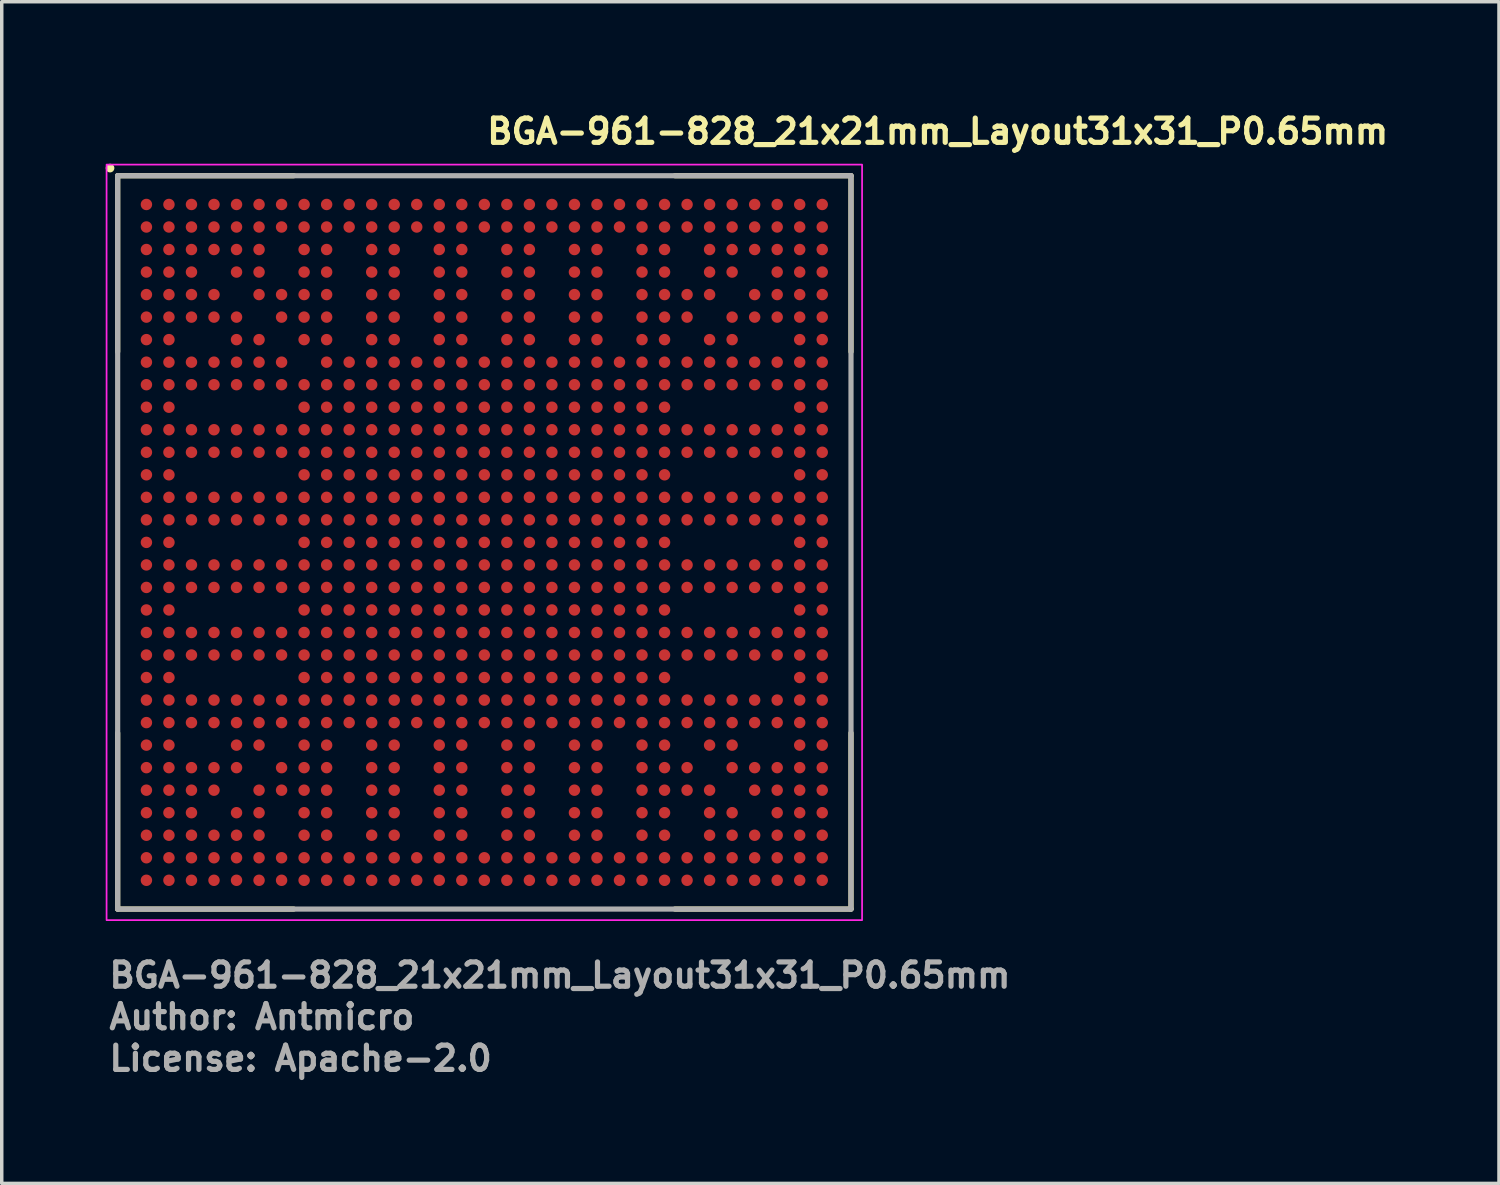
<source format=kicad_pcb>
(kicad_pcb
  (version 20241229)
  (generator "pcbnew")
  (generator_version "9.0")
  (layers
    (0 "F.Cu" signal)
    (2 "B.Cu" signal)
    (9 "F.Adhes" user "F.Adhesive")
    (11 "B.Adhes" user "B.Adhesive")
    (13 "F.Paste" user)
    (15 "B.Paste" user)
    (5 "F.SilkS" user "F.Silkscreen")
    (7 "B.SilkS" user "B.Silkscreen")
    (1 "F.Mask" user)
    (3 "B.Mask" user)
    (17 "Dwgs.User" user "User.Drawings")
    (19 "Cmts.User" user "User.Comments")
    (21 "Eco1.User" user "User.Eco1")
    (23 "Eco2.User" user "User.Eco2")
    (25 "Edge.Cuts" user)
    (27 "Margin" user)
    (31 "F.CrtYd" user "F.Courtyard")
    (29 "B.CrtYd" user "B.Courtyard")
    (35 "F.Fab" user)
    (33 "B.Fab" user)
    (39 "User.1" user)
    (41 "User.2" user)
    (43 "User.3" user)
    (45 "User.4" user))
  (footprint "BGA-961-828_21x21mm_Layout31x31_P0.65mm"
    (layer "F.Cu")
    (at 10.925 12.6)
    (property "Reference" "BGA-961-828_21x21mm_Layout31x31_P0.65mm" (at 0 -11.45 0) (layer "F.SilkS") (effects (font (size 0.7 0.7) (thickness 0.15)) (justify left bottom)))
    (attr smd)
    (fp_line (start -10.58 -5.5) (end -10.58 -10.58) (stroke (width 0.15) (type solid)) (layer "F.SilkS"))
    (fp_line (start -10.58 5.5) (end -10.58 10.58) (stroke (width 0.15) (type solid)) (layer "F.SilkS"))
    (fp_line (start -5.5 -10.58) (end -10.58 -10.58) (stroke (width 0.15) (type solid)) (layer "F.SilkS"))
    (fp_line (start -5.5 10.58) (end -10.58 10.58) (stroke (width 0.15) (type solid)) (layer "F.SilkS"))
    (fp_line (start 5.5 -10.58) (end 10.58 -10.58) (stroke (width 0.15) (type solid)) (layer "F.SilkS"))
    (fp_line (start 5.5 10.58) (end 10.58 10.58) (stroke (width 0.15) (type solid)) (layer "F.SilkS"))
    (fp_line (start 10.58 -5.5) (end 10.58 -10.58) (stroke (width 0.15) (type solid)) (layer "F.SilkS"))
    (fp_line (start 10.58 5.5) (end 10.58 10.58) (stroke (width 0.15) (type solid)) (layer "F.SilkS"))
    (fp_circle (center -10.8 -10.8) (end -10.75 -10.8) (stroke (width 0.15) (type solid)) (fill yes) (layer "F.SilkS"))
    (fp_rect (start -10.9 -10.9) (end 10.9 10.9) (stroke (width 0.05) (type solid)) (fill no) (layer "F.CrtYd"))
    (fp_line (start -10.58 10.58) (end -10.58 -10.58) (stroke (width 0.15) (type solid)) (layer "F.Fab"))
    (fp_line (start 10.58 -10.58) (end -10.58 -10.58) (stroke (width 0.15) (type solid)) (layer "F.Fab"))
    (fp_line (start 10.58 10.58) (end -10.58 10.58) (stroke (width 0.15) (type solid)) (layer "F.Fab"))
    (fp_line (start 10.58 10.58) (end 10.58 -10.58) (stroke (width 0.15) (type solid)) (layer "F.Fab"))
    (fp_rect (start -10.5 -10.5) (end 10.5 10.5) (stroke (width 0.1) (type solid)) (fill no) (layer "User.5"))
    (fp_line (start -10.5 -10.5) (end -10.5 10.5) (stroke (width 0.02) (type solid)) (layer "User.9"))
    (fp_line (start -10.5 10.5) (end 10.5 10.5) (stroke (width 0.02) (type solid)) (layer "User.9"))
    (fp_line (start -8.7 7.5) (end -8.7 -7.5) (stroke (width 0.02) (type solid)) (layer "User.9"))
    (fp_line (start -8.5 -7.5) (end -8.7 -7.5) (stroke (width 0.02) (type solid)) (layer "User.9"))
    (fp_line (start -8.5 -7.5) (end -8.5 7.5) (stroke (width 0.02) (type solid)) (layer "User.9"))
    (fp_line (start -8.5 7.5) (end -8.7 7.5) (stroke (width 0.02) (type solid)) (layer "User.9"))
    (fp_line (start -8.3 -7.5) (end -8.5 -7.5) (stroke (width 0.02) (type solid)) (layer "User.9"))
    (fp_line (start -8.3 -7.5) (end -8.3 7.5) (stroke (width 0.02) (type solid)) (layer "User.9"))
    (fp_line (start -8.3 7.5) (end -8.5 7.5) (stroke (width 0.02) (type solid)) (layer "User.9"))
    (fp_line (start -7.5 -8.7) (end 7.5 -8.7) (stroke (width 0.02) (type solid)) (layer "User.9"))
    (fp_line (start -7.5 8.3) (end 7.5 8.3) (stroke (width 0.02) (type solid)) (layer "User.9"))
    (fp_line (start -7.5 8.5) (end -7.5 8.3) (stroke (width 0.02) (type solid)) (layer "User.9"))
    (fp_line (start -7.5 8.5) (end 7.5 8.5) (stroke (width 0.02) (type solid)) (layer "User.9"))
    (fp_line (start -7.5 8.7) (end -7.5 8.5) (stroke (width 0.02) (type solid)) (layer "User.9"))
    (fp_line (start 7.5 -8.5) (end -7.5 -8.5) (stroke (width 0.02) (type solid)) (layer "User.9"))
    (fp_line (start 7.5 -8.5) (end 7.5 -8.7) (stroke (width 0.02) (type solid)) (layer "User.9"))
    (fp_line (start 7.5 -8.3) (end -7.5 -8.3) (stroke (width 0.02) (type solid)) (layer "User.9"))
    (fp_line (start 7.5 -8.3) (end 7.5 -8.5) (stroke (width 0.02) (type solid)) (layer "User.9"))
    (fp_line (start 7.5 8.5) (end 7.5 8.3) (stroke (width 0.02) (type solid)) (layer "User.9"))
    (fp_line (start 7.5 8.7) (end -7.5 8.7) (stroke (width 0.02) (type solid)) (layer "User.9"))
    (fp_line (start 7.5 8.7) (end 7.5 8.5) (stroke (width 0.02) (type solid)) (layer "User.9"))
    (fp_line (start 8.3 7.5) (end 8.3 -7.5) (stroke (width 0.02) (type solid)) (layer "User.9"))
    (fp_line (start 8.5 -7.5) (end 8.3 -7.5) (stroke (width 0.02) (type solid)) (layer "User.9"))
    (fp_line (start 8.5 7.5) (end 8.3 7.5) (stroke (width 0.02) (type solid)) (layer "User.9"))
    (fp_line (start 8.5 7.5) (end 8.5 -7.5) (stroke (width 0.02) (type solid)) (layer "User.9"))
    (fp_line (start 8.7 -7.5) (end 8.5 -7.5) (stroke (width 0.02) (type solid)) (layer "User.9"))
    (fp_line (start 8.7 -7.5) (end 8.7 7.5) (stroke (width 0.02) (type solid)) (layer "User.9"))
    (fp_line (start 8.7 7.5) (end 8.5 7.5) (stroke (width 0.02) (type solid)) (layer "User.9"))
    (fp_line (start 10.5 -10.5) (end -10.5 -10.5) (stroke (width 0.02) (type solid)) (layer "User.9"))
    (fp_line (start 10.5 10.5) (end 10.5 -10.5) (stroke (width 0.02) (type solid)) (layer "User.9"))
    (fp_arc (start -8.7 -7.5) (mid -8.348528 -8.348528) (end -7.5 -8.7) (stroke (width 0.02) (type default)) (layer "User.9"))
    (fp_arc (start -8.5 -7.5) (mid -8.207107 -8.207107) (end -7.5 -8.5) (stroke (width 0.02) (type default)) (layer "User.9"))
    (fp_arc (start -8.3 -7.5) (mid -8.065685 -8.065685) (end -7.5 -8.3) (stroke (width 0.02) (type default)) (layer "User.9"))
    (fp_arc (start -7.5 8.3) (mid -8.065685 8.065685) (end -8.3 7.5) (stroke (width 0.02) (type default)) (layer "User.9"))
    (fp_arc (start -7.5 8.5) (mid -8.207107 8.207107) (end -8.5 7.5) (stroke (width 0.02) (type default)) (layer "User.9"))
    (fp_arc (start -7.5 8.7) (mid -8.348528 8.348528) (end -8.7 7.5) (stroke (width 0.02) (type default)) (layer "User.9"))
    (fp_arc (start 7.5 -8.7) (mid 8.348528 -8.348528) (end 8.7 -7.5) (stroke (width 0.02) (type default)) (layer "User.9"))
    (fp_arc (start 7.5 -8.5) (mid 8.207107 -8.207107) (end 8.5 -7.5) (stroke (width 0.02) (type default)) (layer "User.9"))
    (fp_arc (start 7.5 -8.3) (mid 8.065685 -8.065685) (end 8.3 -7.5) (stroke (width 0.02) (type default)) (layer "User.9"))
    (fp_arc (start 8.3 7.5) (mid 8.065685 8.065685) (end 7.5 8.3) (stroke (width 0.02) (type default)) (layer "User.9"))
    (fp_arc (start 8.5 7.5) (mid 8.207107 8.207107) (end 7.5 8.5) (stroke (width 0.02) (type default)) (layer "User.9"))
    (fp_arc (start 8.7 7.5) (mid 8.348528 8.348528) (end 7.5 8.7) (stroke (width 0.02) (type default)) (layer "User.9"))
    (fp_circle (center -9.8 -9.8) (end -9.484 -9.8) (stroke (width 0.02) (type default)) (fill no) (layer "User.9"))
    (fp_text user "License: Apache-2.0" (at -10.9 15.3 0) (layer "F.Fab") (effects (font (size 0.7 0.7) (thickness 0.15)) (justify left bottom)))
    (fp_text user "${REFERENCE}" (at -10.9 12.9 0) (layer "F.Fab") (effects (font (size 0.7 0.7) (thickness 0.15)) (justify left bottom)))
    (fp_text user "Author: Antmicro" (at -10.9 14.1 0) (layer "F.Fab") (effects (font (size 0.7 0.7) (thickness 0.15)) (justify left bottom)))
    (pad "A1" smd circle (at -9.75 -9.75) (size 0.33 0.33) (layers "F.Cu" "F.Mask" "F.Paste"))
    (pad "A2" smd circle (at -9.1 -9.75) (size 0.33 0.33) (layers "F.Cu" "F.Mask" "F.Paste"))
    (pad "A3" smd circle (at -8.45 -9.75) (size 0.33 0.33) (layers "F.Cu" "F.Mask" "F.Paste"))
    (pad "A4" smd circle (at -7.8 -9.75) (size 0.33 0.33) (layers "F.Cu" "F.Mask" "F.Paste"))
    (pad "A5" smd circle (at -7.15 -9.75) (size 0.33 0.33) (layers "F.Cu" "F.Mask" "F.Paste"))
    (pad "A6" smd circle (at -6.5 -9.75) (size 0.33 0.33) (layers "F.Cu" "F.Mask" "F.Paste"))
    (pad "A7" smd circle (at -5.85 -9.75) (size 0.33 0.33) (layers "F.Cu" "F.Mask" "F.Paste"))
    (pad "A8" smd circle (at -5.2 -9.75) (size 0.33 0.33) (layers "F.Cu" "F.Mask" "F.Paste"))
    (pad "A9" smd circle (at -4.55 -9.75) (size 0.33 0.33) (layers "F.Cu" "F.Mask" "F.Paste"))
    (pad "A10" smd circle (at -3.9 -9.75) (size 0.33 0.33) (layers "F.Cu" "F.Mask" "F.Paste"))
    (pad "A11" smd circle (at -3.25 -9.75) (size 0.33 0.33) (layers "F.Cu" "F.Mask" "F.Paste"))
    (pad "A12" smd circle (at -2.6 -9.75) (size 0.33 0.33) (layers "F.Cu" "F.Mask" "F.Paste"))
    (pad "A13" smd circle (at -1.95 -9.75) (size 0.33 0.33) (layers "F.Cu" "F.Mask" "F.Paste"))
    (pad "A14" smd circle (at -1.3 -9.75) (size 0.33 0.33) (layers "F.Cu" "F.Mask" "F.Paste"))
    (pad "A15" smd circle (at -0.65 -9.75) (size 0.33 0.33) (layers "F.Cu" "F.Mask" "F.Paste"))
    (pad "A16" smd circle (at 0 -9.75) (size 0.33 0.33) (layers "F.Cu" "F.Mask" "F.Paste"))
    (pad "A17" smd circle (at 0.65 -9.75) (size 0.33 0.33) (layers "F.Cu" "F.Mask" "F.Paste"))
    (pad "A18" smd circle (at 1.3 -9.75) (size 0.33 0.33) (layers "F.Cu" "F.Mask" "F.Paste"))
    (pad "A19" smd circle (at 1.95 -9.75) (size 0.33 0.33) (layers "F.Cu" "F.Mask" "F.Paste"))
    (pad "A20" smd circle (at 2.6 -9.75) (size 0.33 0.33) (layers "F.Cu" "F.Mask" "F.Paste"))
    (pad "A21" smd circle (at 3.25 -9.75) (size 0.33 0.33) (layers "F.Cu" "F.Mask" "F.Paste"))
    (pad "A22" smd circle (at 3.9 -9.75) (size 0.33 0.33) (layers "F.Cu" "F.Mask" "F.Paste"))
    (pad "A23" smd circle (at 4.55 -9.75) (size 0.33 0.33) (layers "F.Cu" "F.Mask" "F.Paste"))
    (pad "A24" smd circle (at 5.2 -9.75) (size 0.33 0.33) (layers "F.Cu" "F.Mask" "F.Paste"))
    (pad "A25" smd circle (at 5.85 -9.75) (size 0.33 0.33) (layers "F.Cu" "F.Mask" "F.Paste"))
    (pad "A26" smd circle (at 6.5 -9.75) (size 0.33 0.33) (layers "F.Cu" "F.Mask" "F.Paste"))
    (pad "A27" smd circle (at 7.15 -9.75) (size 0.33 0.33) (layers "F.Cu" "F.Mask" "F.Paste"))
    (pad "A28" smd circle (at 7.8 -9.75) (size 0.33 0.33) (layers "F.Cu" "F.Mask" "F.Paste"))
    (pad "A29" smd circle (at 8.45 -9.75) (size 0.33 0.33) (layers "F.Cu" "F.Mask" "F.Paste"))
    (pad "A30" smd circle (at 9.1 -9.75) (size 0.33 0.33) (layers "F.Cu" "F.Mask" "F.Paste"))
    (pad "A31" smd circle (at 9.75 -9.75) (size 0.33 0.33) (layers "F.Cu" "F.Mask" "F.Paste"))
    (pad "AA1" smd circle (at -9.75 3.25) (size 0.33 0.33) (layers "F.Cu" "F.Mask" "F.Paste"))
    (pad "AA2" smd circle (at -9.1 3.25) (size 0.33 0.33) (layers "F.Cu" "F.Mask" "F.Paste"))
    (pad "AA3" smd circle (at -8.45 3.25) (size 0.33 0.33) (layers "F.Cu" "F.Mask" "F.Paste"))
    (pad "AA4" smd circle (at -7.8 3.25) (size 0.33 0.33) (layers "F.Cu" "F.Mask" "F.Paste"))
    (pad "AA5" smd circle (at -7.15 3.25) (size 0.33 0.33) (layers "F.Cu" "F.Mask" "F.Paste"))
    (pad "AA6" smd circle (at -6.5 3.25) (size 0.33 0.33) (layers "F.Cu" "F.Mask" "F.Paste"))
    (pad "AA7" smd circle (at -5.85 3.25) (size 0.33 0.33) (layers "F.Cu" "F.Mask" "F.Paste"))
    (pad "AA8" smd circle (at -5.2 3.25) (size 0.33 0.33) (layers "F.Cu" "F.Mask" "F.Paste"))
    (pad "AA9" smd circle (at -4.55 3.25) (size 0.33 0.33) (layers "F.Cu" "F.Mask" "F.Paste"))
    (pad "AA10" smd circle (at -3.9 3.25) (size 0.33 0.33) (layers "F.Cu" "F.Mask" "F.Paste"))
    (pad "AA11" smd circle (at -3.25 3.25) (size 0.33 0.33) (layers "F.Cu" "F.Mask" "F.Paste"))
    (pad "AA12" smd circle (at -2.6 3.25) (size 0.33 0.33) (layers "F.Cu" "F.Mask" "F.Paste"))
    (pad "AA13" smd circle (at -1.95 3.25) (size 0.33 0.33) (layers "F.Cu" "F.Mask" "F.Paste"))
    (pad "AA14" smd circle (at -1.3 3.25) (size 0.33 0.33) (layers "F.Cu" "F.Mask" "F.Paste"))
    (pad "AA15" smd circle (at -0.65 3.25) (size 0.33 0.33) (layers "F.Cu" "F.Mask" "F.Paste"))
    (pad "AA16" smd circle (at 0 3.25) (size 0.33 0.33) (layers "F.Cu" "F.Mask" "F.Paste"))
    (pad "AA17" smd circle (at 0.65 3.25) (size 0.33 0.33) (layers "F.Cu" "F.Mask" "F.Paste"))
    (pad "AA18" smd circle (at 1.3 3.25) (size 0.33 0.33) (layers "F.Cu" "F.Mask" "F.Paste"))
    (pad "AA19" smd circle (at 1.95 3.25) (size 0.33 0.33) (layers "F.Cu" "F.Mask" "F.Paste"))
    (pad "AA20" smd circle (at 2.6 3.25) (size 0.33 0.33) (layers "F.Cu" "F.Mask" "F.Paste"))
    (pad "AA21" smd circle (at 3.25 3.25) (size 0.33 0.33) (layers "F.Cu" "F.Mask" "F.Paste"))
    (pad "AA22" smd circle (at 3.9 3.25) (size 0.33 0.33) (layers "F.Cu" "F.Mask" "F.Paste"))
    (pad "AA23" smd circle (at 4.55 3.25) (size 0.33 0.33) (layers "F.Cu" "F.Mask" "F.Paste"))
    (pad "AA24" smd circle (at 5.2 3.25) (size 0.33 0.33) (layers "F.Cu" "F.Mask" "F.Paste"))
    (pad "AA25" smd circle (at 5.85 3.25) (size 0.33 0.33) (layers "F.Cu" "F.Mask" "F.Paste"))
    (pad "AA26" smd circle (at 6.5 3.25) (size 0.33 0.33) (layers "F.Cu" "F.Mask" "F.Paste"))
    (pad "AA27" smd circle (at 7.15 3.25) (size 0.33 0.33) (layers "F.Cu" "F.Mask" "F.Paste"))
    (pad "AA28" smd circle (at 7.8 3.25) (size 0.33 0.33) (layers "F.Cu" "F.Mask" "F.Paste"))
    (pad "AA29" smd circle (at 8.45 3.25) (size 0.33 0.33) (layers "F.Cu" "F.Mask" "F.Paste"))
    (pad "AA30" smd circle (at 9.1 3.25) (size 0.33 0.33) (layers "F.Cu" "F.Mask" "F.Paste"))
    (pad "AA31" smd circle (at 9.75 3.25) (size 0.33 0.33) (layers "F.Cu" "F.Mask" "F.Paste"))
    (pad "AB1" smd circle (at -9.75 3.9) (size 0.33 0.33) (layers "F.Cu" "F.Mask" "F.Paste"))
    (pad "AB2" smd circle (at -9.1 3.9) (size 0.33 0.33) (layers "F.Cu" "F.Mask" "F.Paste"))
    (pad "AB8" smd circle (at -5.2 3.9) (size 0.33 0.33) (layers "F.Cu" "F.Mask" "F.Paste"))
    (pad "AB9" smd circle (at -4.55 3.9) (size 0.33 0.33) (layers "F.Cu" "F.Mask" "F.Paste"))
    (pad "AB10" smd circle (at -3.9 3.9) (size 0.33 0.33) (layers "F.Cu" "F.Mask" "F.Paste"))
    (pad "AB11" smd circle (at -3.25 3.9) (size 0.33 0.33) (layers "F.Cu" "F.Mask" "F.Paste"))
    (pad "AB12" smd circle (at -2.6 3.9) (size 0.33 0.33) (layers "F.Cu" "F.Mask" "F.Paste"))
    (pad "AB13" smd circle (at -1.95 3.9) (size 0.33 0.33) (layers "F.Cu" "F.Mask" "F.Paste"))
    (pad "AB14" smd circle (at -1.3 3.9) (size 0.33 0.33) (layers "F.Cu" "F.Mask" "F.Paste"))
    (pad "AB15" smd circle (at -0.65 3.9) (size 0.33 0.33) (layers "F.Cu" "F.Mask" "F.Paste"))
    (pad "AB16" smd circle (at 0 3.9) (size 0.33 0.33) (layers "F.Cu" "F.Mask" "F.Paste"))
    (pad "AB17" smd circle (at 0.65 3.9) (size 0.33 0.33) (layers "F.Cu" "F.Mask" "F.Paste"))
    (pad "AB18" smd circle (at 1.3 3.9) (size 0.33 0.33) (layers "F.Cu" "F.Mask" "F.Paste"))
    (pad "AB19" smd circle (at 1.95 3.9) (size 0.33 0.33) (layers "F.Cu" "F.Mask" "F.Paste"))
    (pad "AB20" smd circle (at 2.6 3.9) (size 0.33 0.33) (layers "F.Cu" "F.Mask" "F.Paste"))
    (pad "AB21" smd circle (at 3.25 3.9) (size 0.33 0.33) (layers "F.Cu" "F.Mask" "F.Paste"))
    (pad "AB22" smd circle (at 3.9 3.9) (size 0.33 0.33) (layers "F.Cu" "F.Mask" "F.Paste"))
    (pad "AB23" smd circle (at 4.55 3.9) (size 0.33 0.33) (layers "F.Cu" "F.Mask" "F.Paste"))
    (pad "AB24" smd circle (at 5.2 3.9) (size 0.33 0.33) (layers "F.Cu" "F.Mask" "F.Paste"))
    (pad "AB30" smd circle (at 9.1 3.9) (size 0.33 0.33) (layers "F.Cu" "F.Mask" "F.Paste"))
    (pad "AB31" smd circle (at 9.75 3.9) (size 0.33 0.33) (layers "F.Cu" "F.Mask" "F.Paste"))
    (pad "AC1" smd circle (at -9.75 4.55) (size 0.33 0.33) (layers "F.Cu" "F.Mask" "F.Paste"))
    (pad "AC2" smd circle (at -9.1 4.55) (size 0.33 0.33) (layers "F.Cu" "F.Mask" "F.Paste"))
    (pad "AC3" smd circle (at -8.45 4.55) (size 0.33 0.33) (layers "F.Cu" "F.Mask" "F.Paste"))
    (pad "AC4" smd circle (at -7.8 4.55) (size 0.33 0.33) (layers "F.Cu" "F.Mask" "F.Paste"))
    (pad "AC5" smd circle (at -7.15 4.55) (size 0.33 0.33) (layers "F.Cu" "F.Mask" "F.Paste"))
    (pad "AC6" smd circle (at -6.5 4.55) (size 0.33 0.33) (layers "F.Cu" "F.Mask" "F.Paste"))
    (pad "AC7" smd circle (at -5.85 4.55) (size 0.33 0.33) (layers "F.Cu" "F.Mask" "F.Paste"))
    (pad "AC8" smd circle (at -5.2 4.55) (size 0.33 0.33) (layers "F.Cu" "F.Mask" "F.Paste"))
    (pad "AC9" smd circle (at -4.55 4.55) (size 0.33 0.33) (layers "F.Cu" "F.Mask" "F.Paste"))
    (pad "AC10" smd circle (at -3.9 4.55) (size 0.33 0.33) (layers "F.Cu" "F.Mask" "F.Paste"))
    (pad "AC11" smd circle (at -3.25 4.55) (size 0.33 0.33) (layers "F.Cu" "F.Mask" "F.Paste"))
    (pad "AC12" smd circle (at -2.6 4.55) (size 0.33 0.33) (layers "F.Cu" "F.Mask" "F.Paste"))
    (pad "AC13" smd circle (at -1.95 4.55) (size 0.33 0.33) (layers "F.Cu" "F.Mask" "F.Paste"))
    (pad "AC14" smd circle (at -1.3 4.55) (size 0.33 0.33) (layers "F.Cu" "F.Mask" "F.Paste"))
    (pad "AC15" smd circle (at -0.65 4.55) (size 0.33 0.33) (layers "F.Cu" "F.Mask" "F.Paste"))
    (pad "AC16" smd circle (at 0 4.55) (size 0.33 0.33) (layers "F.Cu" "F.Mask" "F.Paste"))
    (pad "AC17" smd circle (at 0.65 4.55) (size 0.33 0.33) (layers "F.Cu" "F.Mask" "F.Paste"))
    (pad "AC18" smd circle (at 1.3 4.55) (size 0.33 0.33) (layers "F.Cu" "F.Mask" "F.Paste"))
    (pad "AC19" smd circle (at 1.95 4.55) (size 0.33 0.33) (layers "F.Cu" "F.Mask" "F.Paste"))
    (pad "AC20" smd circle (at 2.6 4.55) (size 0.33 0.33) (layers "F.Cu" "F.Mask" "F.Paste"))
    (pad "AC21" smd circle (at 3.25 4.55) (size 0.33 0.33) (layers "F.Cu" "F.Mask" "F.Paste"))
    (pad "AC22" smd circle (at 3.9 4.55) (size 0.33 0.33) (layers "F.Cu" "F.Mask" "F.Paste"))
    (pad "AC23" smd circle (at 4.55 4.55) (size 0.33 0.33) (layers "F.Cu" "F.Mask" "F.Paste"))
    (pad "AC24" smd circle (at 5.2 4.55) (size 0.33 0.33) (layers "F.Cu" "F.Mask" "F.Paste"))
    (pad "AC25" smd circle (at 5.85 4.55) (size 0.33 0.33) (layers "F.Cu" "F.Mask" "F.Paste"))
    (pad "AC26" smd circle (at 6.5 4.55) (size 0.33 0.33) (layers "F.Cu" "F.Mask" "F.Paste"))
    (pad "AC27" smd circle (at 7.15 4.55) (size 0.33 0.33) (layers "F.Cu" "F.Mask" "F.Paste"))
    (pad "AC28" smd circle (at 7.8 4.55) (size 0.33 0.33) (layers "F.Cu" "F.Mask" "F.Paste"))
    (pad "AC29" smd circle (at 8.45 4.55) (size 0.33 0.33) (layers "F.Cu" "F.Mask" "F.Paste"))
    (pad "AC30" smd circle (at 9.1 4.55) (size 0.33 0.33) (layers "F.Cu" "F.Mask" "F.Paste"))
    (pad "AC31" smd circle (at 9.75 4.55) (size 0.33 0.33) (layers "F.Cu" "F.Mask" "F.Paste"))
    (pad "AD1" smd circle (at -9.75 5.2) (size 0.33 0.33) (layers "F.Cu" "F.Mask" "F.Paste"))
    (pad "AD2" smd circle (at -9.1 5.2) (size 0.33 0.33) (layers "F.Cu" "F.Mask" "F.Paste"))
    (pad "AD3" smd circle (at -8.45 5.2) (size 0.33 0.33) (layers "F.Cu" "F.Mask" "F.Paste"))
    (pad "AD4" smd circle (at -7.8 5.2) (size 0.33 0.33) (layers "F.Cu" "F.Mask" "F.Paste"))
    (pad "AD5" smd circle (at -7.15 5.2) (size 0.33 0.33) (layers "F.Cu" "F.Mask" "F.Paste"))
    (pad "AD6" smd circle (at -6.5 5.2) (size 0.33 0.33) (layers "F.Cu" "F.Mask" "F.Paste"))
    (pad "AD7" smd circle (at -5.85 5.2) (size 0.33 0.33) (layers "F.Cu" "F.Mask" "F.Paste"))
    (pad "AD8" smd circle (at -5.2 5.2) (size 0.33 0.33) (layers "F.Cu" "F.Mask" "F.Paste"))
    (pad "AD9" smd circle (at -4.55 5.2) (size 0.33 0.33) (layers "F.Cu" "F.Mask" "F.Paste"))
    (pad "AD10" smd circle (at -3.9 5.2) (size 0.33 0.33) (layers "F.Cu" "F.Mask" "F.Paste"))
    (pad "AD11" smd circle (at -3.25 5.2) (size 0.33 0.33) (layers "F.Cu" "F.Mask" "F.Paste"))
    (pad "AD12" smd circle (at -2.6 5.2) (size 0.33 0.33) (layers "F.Cu" "F.Mask" "F.Paste"))
    (pad "AD13" smd circle (at -1.95 5.2) (size 0.33 0.33) (layers "F.Cu" "F.Mask" "F.Paste"))
    (pad "AD14" smd circle (at -1.3 5.2) (size 0.33 0.33) (layers "F.Cu" "F.Mask" "F.Paste"))
    (pad "AD15" smd circle (at -0.65 5.2) (size 0.33 0.33) (layers "F.Cu" "F.Mask" "F.Paste"))
    (pad "AD16" smd circle (at 0 5.2) (size 0.33 0.33) (layers "F.Cu" "F.Mask" "F.Paste"))
    (pad "AD17" smd circle (at 0.65 5.2) (size 0.33 0.33) (layers "F.Cu" "F.Mask" "F.Paste"))
    (pad "AD18" smd circle (at 1.3 5.2) (size 0.33 0.33) (layers "F.Cu" "F.Mask" "F.Paste"))
    (pad "AD19" smd circle (at 1.95 5.2) (size 0.33 0.33) (layers "F.Cu" "F.Mask" "F.Paste"))
    (pad "AD20" smd circle (at 2.6 5.2) (size 0.33 0.33) (layers "F.Cu" "F.Mask" "F.Paste"))
    (pad "AD21" smd circle (at 3.25 5.2) (size 0.33 0.33) (layers "F.Cu" "F.Mask" "F.Paste"))
    (pad "AD22" smd circle (at 3.9 5.2) (size 0.33 0.33) (layers "F.Cu" "F.Mask" "F.Paste"))
    (pad "AD23" smd circle (at 4.55 5.2) (size 0.33 0.33) (layers "F.Cu" "F.Mask" "F.Paste"))
    (pad "AD24" smd circle (at 5.2 5.2) (size 0.33 0.33) (layers "F.Cu" "F.Mask" "F.Paste"))
    (pad "AD25" smd circle (at 5.85 5.2) (size 0.33 0.33) (layers "F.Cu" "F.Mask" "F.Paste"))
    (pad "AD26" smd circle (at 6.5 5.2) (size 0.33 0.33) (layers "F.Cu" "F.Mask" "F.Paste"))
    (pad "AD27" smd circle (at 7.15 5.2) (size 0.33 0.33) (layers "F.Cu" "F.Mask" "F.Paste"))
    (pad "AD28" smd circle (at 7.8 5.2) (size 0.33 0.33) (layers "F.Cu" "F.Mask" "F.Paste"))
    (pad "AD29" smd circle (at 8.45 5.2) (size 0.33 0.33) (layers "F.Cu" "F.Mask" "F.Paste"))
    (pad "AD30" smd circle (at 9.1 5.2) (size 0.33 0.33) (layers "F.Cu" "F.Mask" "F.Paste"))
    (pad "AD31" smd circle (at 9.75 5.2) (size 0.33 0.33) (layers "F.Cu" "F.Mask" "F.Paste"))
    (pad "AE1" smd circle (at -9.75 5.85) (size 0.33 0.33) (layers "F.Cu" "F.Mask" "F.Paste"))
    (pad "AE2" smd circle (at -9.1 5.85) (size 0.33 0.33) (layers "F.Cu" "F.Mask" "F.Paste"))
    (pad "AE5" smd circle (at -7.15 5.85) (size 0.33 0.33) (layers "F.Cu" "F.Mask" "F.Paste"))
    (pad "AE6" smd circle (at -6.5 5.85) (size 0.33 0.33) (layers "F.Cu" "F.Mask" "F.Paste"))
    (pad "AE8" smd circle (at -5.2 5.85) (size 0.33 0.33) (layers "F.Cu" "F.Mask" "F.Paste"))
    (pad "AE9" smd circle (at -4.55 5.85) (size 0.33 0.33) (layers "F.Cu" "F.Mask" "F.Paste"))
    (pad "AE11" smd circle (at -3.25 5.85) (size 0.33 0.33) (layers "F.Cu" "F.Mask" "F.Paste"))
    (pad "AE12" smd circle (at -2.6 5.85) (size 0.33 0.33) (layers "F.Cu" "F.Mask" "F.Paste"))
    (pad "AE14" smd circle (at -1.3 5.85) (size 0.33 0.33) (layers "F.Cu" "F.Mask" "F.Paste"))
    (pad "AE15" smd circle (at -0.65 5.85) (size 0.33 0.33) (layers "F.Cu" "F.Mask" "F.Paste"))
    (pad "AE17" smd circle (at 0.65 5.85) (size 0.33 0.33) (layers "F.Cu" "F.Mask" "F.Paste"))
    (pad "AE18" smd circle (at 1.3 5.85) (size 0.33 0.33) (layers "F.Cu" "F.Mask" "F.Paste"))
    (pad "AE20" smd circle (at 2.6 5.85) (size 0.33 0.33) (layers "F.Cu" "F.Mask" "F.Paste"))
    (pad "AE21" smd circle (at 3.25 5.85) (size 0.33 0.33) (layers "F.Cu" "F.Mask" "F.Paste"))
    (pad "AE23" smd circle (at 4.55 5.85) (size 0.33 0.33) (layers "F.Cu" "F.Mask" "F.Paste"))
    (pad "AE24" smd circle (at 5.2 5.85) (size 0.33 0.33) (layers "F.Cu" "F.Mask" "F.Paste"))
    (pad "AE26" smd circle (at 6.5 5.85) (size 0.33 0.33) (layers "F.Cu" "F.Mask" "F.Paste"))
    (pad "AE27" smd circle (at 7.15 5.85) (size 0.33 0.33) (layers "F.Cu" "F.Mask" "F.Paste"))
    (pad "AE30" smd circle (at 9.1 5.85) (size 0.33 0.33) (layers "F.Cu" "F.Mask" "F.Paste"))
    (pad "AE31" smd circle (at 9.75 5.85) (size 0.33 0.33) (layers "F.Cu" "F.Mask" "F.Paste"))
    (pad "AF1" smd circle (at -9.75 6.5) (size 0.33 0.33) (layers "F.Cu" "F.Mask" "F.Paste"))
    (pad "AF2" smd circle (at -9.1 6.5) (size 0.33 0.33) (layers "F.Cu" "F.Mask" "F.Paste"))
    (pad "AF3" smd circle (at -8.45 6.5) (size 0.33 0.33) (layers "F.Cu" "F.Mask" "F.Paste"))
    (pad "AF4" smd circle (at -7.8 6.5) (size 0.33 0.33) (layers "F.Cu" "F.Mask" "F.Paste"))
    (pad "AF5" smd circle (at -7.15 6.5) (size 0.33 0.33) (layers "F.Cu" "F.Mask" "F.Paste"))
    (pad "AF7" smd circle (at -5.85 6.5) (size 0.33 0.33) (layers "F.Cu" "F.Mask" "F.Paste"))
    (pad "AF8" smd circle (at -5.2 6.5) (size 0.33 0.33) (layers "F.Cu" "F.Mask" "F.Paste"))
    (pad "AF9" smd circle (at -4.55 6.5) (size 0.33 0.33) (layers "F.Cu" "F.Mask" "F.Paste"))
    (pad "AF11" smd circle (at -3.25 6.5) (size 0.33 0.33) (layers "F.Cu" "F.Mask" "F.Paste"))
    (pad "AF12" smd circle (at -2.6 6.5) (size 0.33 0.33) (layers "F.Cu" "F.Mask" "F.Paste"))
    (pad "AF14" smd circle (at -1.3 6.5) (size 0.33 0.33) (layers "F.Cu" "F.Mask" "F.Paste"))
    (pad "AF15" smd circle (at -0.65 6.5) (size 0.33 0.33) (layers "F.Cu" "F.Mask" "F.Paste"))
    (pad "AF17" smd circle (at 0.65 6.5) (size 0.33 0.33) (layers "F.Cu" "F.Mask" "F.Paste"))
    (pad "AF18" smd circle (at 1.3 6.5) (size 0.33 0.33) (layers "F.Cu" "F.Mask" "F.Paste"))
    (pad "AF20" smd circle (at 2.6 6.5) (size 0.33 0.33) (layers "F.Cu" "F.Mask" "F.Paste"))
    (pad "AF21" smd circle (at 3.25 6.5) (size 0.33 0.33) (layers "F.Cu" "F.Mask" "F.Paste"))
    (pad "AF23" smd circle (at 4.55 6.5) (size 0.33 0.33) (layers "F.Cu" "F.Mask" "F.Paste"))
    (pad "AF24" smd circle (at 5.2 6.5) (size 0.33 0.33) (layers "F.Cu" "F.Mask" "F.Paste"))
    (pad "AF25" smd circle (at 5.85 6.5) (size 0.33 0.33) (layers "F.Cu" "F.Mask" "F.Paste"))
    (pad "AF27" smd circle (at 7.15 6.5) (size 0.33 0.33) (layers "F.Cu" "F.Mask" "F.Paste"))
    (pad "AF28" smd circle (at 7.8 6.5) (size 0.33 0.33) (layers "F.Cu" "F.Mask" "F.Paste"))
    (pad "AF29" smd circle (at 8.45 6.5) (size 0.33 0.33) (layers "F.Cu" "F.Mask" "F.Paste"))
    (pad "AF30" smd circle (at 9.1 6.5) (size 0.33 0.33) (layers "F.Cu" "F.Mask" "F.Paste"))
    (pad "AF31" smd circle (at 9.75 6.5) (size 0.33 0.33) (layers "F.Cu" "F.Mask" "F.Paste"))
    (pad "AG1" smd circle (at -9.75 7.15) (size 0.33 0.33) (layers "F.Cu" "F.Mask" "F.Paste"))
    (pad "AG2" smd circle (at -9.1 7.15) (size 0.33 0.33) (layers "F.Cu" "F.Mask" "F.Paste"))
    (pad "AG3" smd circle (at -8.45 7.15) (size 0.33 0.33) (layers "F.Cu" "F.Mask" "F.Paste"))
    (pad "AG4" smd circle (at -7.8 7.15) (size 0.33 0.33) (layers "F.Cu" "F.Mask" "F.Paste"))
    (pad "AG6" smd circle (at -6.5 7.15) (size 0.33 0.33) (layers "F.Cu" "F.Mask" "F.Paste"))
    (pad "AG7" smd circle (at -5.85 7.15) (size 0.33 0.33) (layers "F.Cu" "F.Mask" "F.Paste"))
    (pad "AG8" smd circle (at -5.2 7.15) (size 0.33 0.33) (layers "F.Cu" "F.Mask" "F.Paste"))
    (pad "AG9" smd circle (at -4.55 7.15) (size 0.33 0.33) (layers "F.Cu" "F.Mask" "F.Paste"))
    (pad "AG11" smd circle (at -3.25 7.15) (size 0.33 0.33) (layers "F.Cu" "F.Mask" "F.Paste"))
    (pad "AG12" smd circle (at -2.6 7.15) (size 0.33 0.33) (layers "F.Cu" "F.Mask" "F.Paste"))
    (pad "AG14" smd circle (at -1.3 7.15) (size 0.33 0.33) (layers "F.Cu" "F.Mask" "F.Paste"))
    (pad "AG15" smd circle (at -0.65 7.15) (size 0.33 0.33) (layers "F.Cu" "F.Mask" "F.Paste"))
    (pad "AG17" smd circle (at 0.65 7.15) (size 0.33 0.33) (layers "F.Cu" "F.Mask" "F.Paste"))
    (pad "AG18" smd circle (at 1.3 7.15) (size 0.33 0.33) (layers "F.Cu" "F.Mask" "F.Paste"))
    (pad "AG20" smd circle (at 2.6 7.15) (size 0.33 0.33) (layers "F.Cu" "F.Mask" "F.Paste"))
    (pad "AG21" smd circle (at 3.25 7.15) (size 0.33 0.33) (layers "F.Cu" "F.Mask" "F.Paste"))
    (pad "AG23" smd circle (at 4.55 7.15) (size 0.33 0.33) (layers "F.Cu" "F.Mask" "F.Paste"))
    (pad "AG24" smd circle (at 5.2 7.15) (size 0.33 0.33) (layers "F.Cu" "F.Mask" "F.Paste"))
    (pad "AG25" smd circle (at 5.85 7.15) (size 0.33 0.33) (layers "F.Cu" "F.Mask" "F.Paste"))
    (pad "AG26" smd circle (at 6.5 7.15) (size 0.33 0.33) (layers "F.Cu" "F.Mask" "F.Paste"))
    (pad "AG28" smd circle (at 7.8 7.15) (size 0.33 0.33) (layers "F.Cu" "F.Mask" "F.Paste"))
    (pad "AG29" smd circle (at 8.45 7.15) (size 0.33 0.33) (layers "F.Cu" "F.Mask" "F.Paste"))
    (pad "AG30" smd circle (at 9.1 7.15) (size 0.33 0.33) (layers "F.Cu" "F.Mask" "F.Paste"))
    (pad "AG31" smd circle (at 9.75 7.15) (size 0.33 0.33) (layers "F.Cu" "F.Mask" "F.Paste"))
    (pad "AH1" smd circle (at -9.75 7.8) (size 0.33 0.33) (layers "F.Cu" "F.Mask" "F.Paste"))
    (pad "AH2" smd circle (at -9.1 7.8) (size 0.33 0.33) (layers "F.Cu" "F.Mask" "F.Paste"))
    (pad "AH3" smd circle (at -8.45 7.8) (size 0.33 0.33) (layers "F.Cu" "F.Mask" "F.Paste"))
    (pad "AH5" smd circle (at -7.15 7.8) (size 0.33 0.33) (layers "F.Cu" "F.Mask" "F.Paste"))
    (pad "AH6" smd circle (at -6.5 7.8) (size 0.33 0.33) (layers "F.Cu" "F.Mask" "F.Paste"))
    (pad "AH8" smd circle (at -5.2 7.8) (size 0.33 0.33) (layers "F.Cu" "F.Mask" "F.Paste"))
    (pad "AH9" smd circle (at -4.55 7.8) (size 0.33 0.33) (layers "F.Cu" "F.Mask" "F.Paste"))
    (pad "AH11" smd circle (at -3.25 7.8) (size 0.33 0.33) (layers "F.Cu" "F.Mask" "F.Paste"))
    (pad "AH12" smd circle (at -2.6 7.8) (size 0.33 0.33) (layers "F.Cu" "F.Mask" "F.Paste"))
    (pad "AH14" smd circle (at -1.3 7.8) (size 0.33 0.33) (layers "F.Cu" "F.Mask" "F.Paste"))
    (pad "AH15" smd circle (at -0.65 7.8) (size 0.33 0.33) (layers "F.Cu" "F.Mask" "F.Paste"))
    (pad "AH17" smd circle (at 0.65 7.8) (size 0.33 0.33) (layers "F.Cu" "F.Mask" "F.Paste"))
    (pad "AH18" smd circle (at 1.3 7.8) (size 0.33 0.33) (layers "F.Cu" "F.Mask" "F.Paste"))
    (pad "AH20" smd circle (at 2.6 7.8) (size 0.33 0.33) (layers "F.Cu" "F.Mask" "F.Paste"))
    (pad "AH21" smd circle (at 3.25 7.8) (size 0.33 0.33) (layers "F.Cu" "F.Mask" "F.Paste"))
    (pad "AH23" smd circle (at 4.55 7.8) (size 0.33 0.33) (layers "F.Cu" "F.Mask" "F.Paste"))
    (pad "AH24" smd circle (at 5.2 7.8) (size 0.33 0.33) (layers "F.Cu" "F.Mask" "F.Paste"))
    (pad "AH26" smd circle (at 6.5 7.8) (size 0.33 0.33) (layers "F.Cu" "F.Mask" "F.Paste"))
    (pad "AH27" smd circle (at 7.15 7.8) (size 0.33 0.33) (layers "F.Cu" "F.Mask" "F.Paste"))
    (pad "AH29" smd circle (at 8.45 7.8) (size 0.33 0.33) (layers "F.Cu" "F.Mask" "F.Paste"))
    (pad "AH30" smd circle (at 9.1 7.8) (size 0.33 0.33) (layers "F.Cu" "F.Mask" "F.Paste"))
    (pad "AH31" smd circle (at 9.75 7.8) (size 0.33 0.33) (layers "F.Cu" "F.Mask" "F.Paste"))
    (pad "AJ1" smd circle (at -9.75 8.45) (size 0.33 0.33) (layers "F.Cu" "F.Mask" "F.Paste"))
    (pad "AJ2" smd circle (at -9.1 8.45) (size 0.33 0.33) (layers "F.Cu" "F.Mask" "F.Paste"))
    (pad "AJ3" smd circle (at -8.45 8.45) (size 0.33 0.33) (layers "F.Cu" "F.Mask" "F.Paste"))
    (pad "AJ4" smd circle (at -7.8 8.45) (size 0.33 0.33) (layers "F.Cu" "F.Mask" "F.Paste"))
    (pad "AJ5" smd circle (at -7.15 8.45) (size 0.33 0.33) (layers "F.Cu" "F.Mask" "F.Paste"))
    (pad "AJ6" smd circle (at -6.5 8.45) (size 0.33 0.33) (layers "F.Cu" "F.Mask" "F.Paste"))
    (pad "AJ8" smd circle (at -5.2 8.45) (size 0.33 0.33) (layers "F.Cu" "F.Mask" "F.Paste"))
    (pad "AJ9" smd circle (at -4.55 8.45) (size 0.33 0.33) (layers "F.Cu" "F.Mask" "F.Paste"))
    (pad "AJ11" smd circle (at -3.25 8.45) (size 0.33 0.33) (layers "F.Cu" "F.Mask" "F.Paste"))
    (pad "AJ12" smd circle (at -2.6 8.45) (size 0.33 0.33) (layers "F.Cu" "F.Mask" "F.Paste"))
    (pad "AJ14" smd circle (at -1.3 8.45) (size 0.33 0.33) (layers "F.Cu" "F.Mask" "F.Paste"))
    (pad "AJ15" smd circle (at -0.65 8.45) (size 0.33 0.33) (layers "F.Cu" "F.Mask" "F.Paste"))
    (pad "AJ17" smd circle (at 0.65 8.45) (size 0.33 0.33) (layers "F.Cu" "F.Mask" "F.Paste"))
    (pad "AJ18" smd circle (at 1.3 8.45) (size 0.33 0.33) (layers "F.Cu" "F.Mask" "F.Paste"))
    (pad "AJ20" smd circle (at 2.6 8.45) (size 0.33 0.33) (layers "F.Cu" "F.Mask" "F.Paste"))
    (pad "AJ21" smd circle (at 3.25 8.45) (size 0.33 0.33) (layers "F.Cu" "F.Mask" "F.Paste"))
    (pad "AJ23" smd circle (at 4.55 8.45) (size 0.33 0.33) (layers "F.Cu" "F.Mask" "F.Paste"))
    (pad "AJ24" smd circle (at 5.2 8.45) (size 0.33 0.33) (layers "F.Cu" "F.Mask" "F.Paste"))
    (pad "AJ26" smd circle (at 6.5 8.45) (size 0.33 0.33) (layers "F.Cu" "F.Mask" "F.Paste"))
    (pad "AJ27" smd circle (at 7.15 8.45) (size 0.33 0.33) (layers "F.Cu" "F.Mask" "F.Paste"))
    (pad "AJ28" smd circle (at 7.8 8.45) (size 0.33 0.33) (layers "F.Cu" "F.Mask" "F.Paste"))
    (pad "AJ29" smd circle (at 8.45 8.45) (size 0.33 0.33) (layers "F.Cu" "F.Mask" "F.Paste"))
    (pad "AJ30" smd circle (at 9.1 8.45) (size 0.33 0.33) (layers "F.Cu" "F.Mask" "F.Paste"))
    (pad "AJ31" smd circle (at 9.75 8.45) (size 0.33 0.33) (layers "F.Cu" "F.Mask" "F.Paste"))
    (pad "AK1" smd circle (at -9.75 9.1) (size 0.33 0.33) (layers "F.Cu" "F.Mask" "F.Paste"))
    (pad "AK2" smd circle (at -9.1 9.1) (size 0.33 0.33) (layers "F.Cu" "F.Mask" "F.Paste"))
    (pad "AK3" smd circle (at -8.45 9.1) (size 0.33 0.33) (layers "F.Cu" "F.Mask" "F.Paste"))
    (pad "AK4" smd circle (at -7.8 9.1) (size 0.33 0.33) (layers "F.Cu" "F.Mask" "F.Paste"))
    (pad "AK5" smd circle (at -7.15 9.1) (size 0.33 0.33) (layers "F.Cu" "F.Mask" "F.Paste"))
    (pad "AK6" smd circle (at -6.5 9.1) (size 0.33 0.33) (layers "F.Cu" "F.Mask" "F.Paste"))
    (pad "AK7" smd circle (at -5.85 9.1) (size 0.33 0.33) (layers "F.Cu" "F.Mask" "F.Paste"))
    (pad "AK8" smd circle (at -5.2 9.1) (size 0.33 0.33) (layers "F.Cu" "F.Mask" "F.Paste"))
    (pad "AK9" smd circle (at -4.55 9.1) (size 0.33 0.33) (layers "F.Cu" "F.Mask" "F.Paste"))
    (pad "AK10" smd circle (at -3.9 9.1) (size 0.33 0.33) (layers "F.Cu" "F.Mask" "F.Paste"))
    (pad "AK11" smd circle (at -3.25 9.1) (size 0.33 0.33) (layers "F.Cu" "F.Mask" "F.Paste"))
    (pad "AK12" smd circle (at -2.6 9.1) (size 0.33 0.33) (layers "F.Cu" "F.Mask" "F.Paste"))
    (pad "AK13" smd circle (at -1.95 9.1) (size 0.33 0.33) (layers "F.Cu" "F.Mask" "F.Paste"))
    (pad "AK14" smd circle (at -1.3 9.1) (size 0.33 0.33) (layers "F.Cu" "F.Mask" "F.Paste"))
    (pad "AK15" smd circle (at -0.65 9.1) (size 0.33 0.33) (layers "F.Cu" "F.Mask" "F.Paste"))
    (pad "AK16" smd circle (at 0 9.1) (size 0.33 0.33) (layers "F.Cu" "F.Mask" "F.Paste"))
    (pad "AK17" smd circle (at 0.65 9.1) (size 0.33 0.33) (layers "F.Cu" "F.Mask" "F.Paste"))
    (pad "AK18" smd circle (at 1.3 9.1) (size 0.33 0.33) (layers "F.Cu" "F.Mask" "F.Paste"))
    (pad "AK19" smd circle (at 1.95 9.1) (size 0.33 0.33) (layers "F.Cu" "F.Mask" "F.Paste"))
    (pad "AK20" smd circle (at 2.6 9.1) (size 0.33 0.33) (layers "F.Cu" "F.Mask" "F.Paste"))
    (pad "AK21" smd circle (at 3.25 9.1) (size 0.33 0.33) (layers "F.Cu" "F.Mask" "F.Paste"))
    (pad "AK22" smd circle (at 3.9 9.1) (size 0.33 0.33) (layers "F.Cu" "F.Mask" "F.Paste"))
    (pad "AK23" smd circle (at 4.55 9.1) (size 0.33 0.33) (layers "F.Cu" "F.Mask" "F.Paste"))
    (pad "AK24" smd circle (at 5.2 9.1) (size 0.33 0.33) (layers "F.Cu" "F.Mask" "F.Paste"))
    (pad "AK25" smd circle (at 5.85 9.1) (size 0.33 0.33) (layers "F.Cu" "F.Mask" "F.Paste"))
    (pad "AK26" smd circle (at 6.5 9.1) (size 0.33 0.33) (layers "F.Cu" "F.Mask" "F.Paste"))
    (pad "AK27" smd circle (at 7.15 9.1) (size 0.33 0.33) (layers "F.Cu" "F.Mask" "F.Paste"))
    (pad "AK28" smd circle (at 7.8 9.1) (size 0.33 0.33) (layers "F.Cu" "F.Mask" "F.Paste"))
    (pad "AK29" smd circle (at 8.45 9.1) (size 0.33 0.33) (layers "F.Cu" "F.Mask" "F.Paste"))
    (pad "AK30" smd circle (at 9.1 9.1) (size 0.33 0.33) (layers "F.Cu" "F.Mask" "F.Paste"))
    (pad "AK31" smd circle (at 9.75 9.1) (size 0.33 0.33) (layers "F.Cu" "F.Mask" "F.Paste"))
    (pad "AL1" smd circle (at -9.75 9.75) (size 0.33 0.33) (layers "F.Cu" "F.Mask" "F.Paste"))
    (pad "AL2" smd circle (at -9.1 9.75) (size 0.33 0.33) (layers "F.Cu" "F.Mask" "F.Paste"))
    (pad "AL3" smd circle (at -8.45 9.75) (size 0.33 0.33) (layers "F.Cu" "F.Mask" "F.Paste"))
    (pad "AL4" smd circle (at -7.8 9.75) (size 0.33 0.33) (layers "F.Cu" "F.Mask" "F.Paste"))
    (pad "AL5" smd circle (at -7.15 9.75) (size 0.33 0.33) (layers "F.Cu" "F.Mask" "F.Paste"))
    (pad "AL6" smd circle (at -6.5 9.75) (size 0.33 0.33) (layers "F.Cu" "F.Mask" "F.Paste"))
    (pad "AL7" smd circle (at -5.85 9.75) (size 0.33 0.33) (layers "F.Cu" "F.Mask" "F.Paste"))
    (pad "AL8" smd circle (at -5.2 9.75) (size 0.33 0.33) (layers "F.Cu" "F.Mask" "F.Paste"))
    (pad "AL9" smd circle (at -4.55 9.75) (size 0.33 0.33) (layers "F.Cu" "F.Mask" "F.Paste"))
    (pad "AL10" smd circle (at -3.9 9.75) (size 0.33 0.33) (layers "F.Cu" "F.Mask" "F.Paste"))
    (pad "AL11" smd circle (at -3.25 9.75) (size 0.33 0.33) (layers "F.Cu" "F.Mask" "F.Paste"))
    (pad "AL12" smd circle (at -2.6 9.75) (size 0.33 0.33) (layers "F.Cu" "F.Mask" "F.Paste"))
    (pad "AL13" smd circle (at -1.95 9.75) (size 0.33 0.33) (layers "F.Cu" "F.Mask" "F.Paste"))
    (pad "AL14" smd circle (at -1.3 9.75) (size 0.33 0.33) (layers "F.Cu" "F.Mask" "F.Paste"))
    (pad "AL15" smd circle (at -0.65 9.75) (size 0.33 0.33) (layers "F.Cu" "F.Mask" "F.Paste"))
    (pad "AL16" smd circle (at 0 9.75) (size 0.33 0.33) (layers "F.Cu" "F.Mask" "F.Paste"))
    (pad "AL17" smd circle (at 0.65 9.75) (size 0.33 0.33) (layers "F.Cu" "F.Mask" "F.Paste"))
    (pad "AL18" smd circle (at 1.3 9.75) (size 0.33 0.33) (layers "F.Cu" "F.Mask" "F.Paste"))
    (pad "AL19" smd circle (at 1.95 9.75) (size 0.33 0.33) (layers "F.Cu" "F.Mask" "F.Paste"))
    (pad "AL20" smd circle (at 2.6 9.75) (size 0.33 0.33) (layers "F.Cu" "F.Mask" "F.Paste"))
    (pad "AL21" smd circle (at 3.25 9.75) (size 0.33 0.33) (layers "F.Cu" "F.Mask" "F.Paste"))
    (pad "AL22" smd circle (at 3.9 9.75) (size 0.33 0.33) (layers "F.Cu" "F.Mask" "F.Paste"))
    (pad "AL23" smd circle (at 4.55 9.75) (size 0.33 0.33) (layers "F.Cu" "F.Mask" "F.Paste"))
    (pad "AL24" smd circle (at 5.2 9.75) (size 0.33 0.33) (layers "F.Cu" "F.Mask" "F.Paste"))
    (pad "AL25" smd circle (at 5.85 9.75) (size 0.33 0.33) (layers "F.Cu" "F.Mask" "F.Paste"))
    (pad "AL26" smd circle (at 6.5 9.75) (size 0.33 0.33) (layers "F.Cu" "F.Mask" "F.Paste"))
    (pad "AL27" smd circle (at 7.15 9.75) (size 0.33 0.33) (layers "F.Cu" "F.Mask" "F.Paste"))
    (pad "AL28" smd circle (at 7.8 9.75) (size 0.33 0.33) (layers "F.Cu" "F.Mask" "F.Paste"))
    (pad "AL29" smd circle (at 8.45 9.75) (size 0.33 0.33) (layers "F.Cu" "F.Mask" "F.Paste"))
    (pad "AL30" smd circle (at 9.1 9.75) (size 0.33 0.33) (layers "F.Cu" "F.Mask" "F.Paste"))
    (pad "AL31" smd circle (at 9.75 9.75) (size 0.33 0.33) (layers "F.Cu" "F.Mask" "F.Paste"))
    (pad "B1" smd circle (at -9.75 -9.1) (size 0.33 0.33) (layers "F.Cu" "F.Mask" "F.Paste"))
    (pad "B2" smd circle (at -9.1 -9.1) (size 0.33 0.33) (layers "F.Cu" "F.Mask" "F.Paste"))
    (pad "B3" smd circle (at -8.45 -9.1) (size 0.33 0.33) (layers "F.Cu" "F.Mask" "F.Paste"))
    (pad "B4" smd circle (at -7.8 -9.1) (size 0.33 0.33) (layers "F.Cu" "F.Mask" "F.Paste"))
    (pad "B5" smd circle (at -7.15 -9.1) (size 0.33 0.33) (layers "F.Cu" "F.Mask" "F.Paste"))
    (pad "B6" smd circle (at -6.5 -9.1) (size 0.33 0.33) (layers "F.Cu" "F.Mask" "F.Paste"))
    (pad "B7" smd circle (at -5.85 -9.1) (size 0.33 0.33) (layers "F.Cu" "F.Mask" "F.Paste"))
    (pad "B8" smd circle (at -5.2 -9.1) (size 0.33 0.33) (layers "F.Cu" "F.Mask" "F.Paste"))
    (pad "B9" smd circle (at -4.55 -9.1) (size 0.33 0.33) (layers "F.Cu" "F.Mask" "F.Paste"))
    (pad "B10" smd circle (at -3.9 -9.1) (size 0.33 0.33) (layers "F.Cu" "F.Mask" "F.Paste"))
    (pad "B11" smd circle (at -3.25 -9.1) (size 0.33 0.33) (layers "F.Cu" "F.Mask" "F.Paste"))
    (pad "B12" smd circle (at -2.6 -9.1) (size 0.33 0.33) (layers "F.Cu" "F.Mask" "F.Paste"))
    (pad "B13" smd circle (at -1.95 -9.1) (size 0.33 0.33) (layers "F.Cu" "F.Mask" "F.Paste"))
    (pad "B14" smd circle (at -1.3 -9.1) (size 0.33 0.33) (layers "F.Cu" "F.Mask" "F.Paste"))
    (pad "B15" smd circle (at -0.65 -9.1) (size 0.33 0.33) (layers "F.Cu" "F.Mask" "F.Paste"))
    (pad "B16" smd circle (at 0 -9.1) (size 0.33 0.33) (layers "F.Cu" "F.Mask" "F.Paste"))
    (pad "B17" smd circle (at 0.65 -9.1) (size 0.33 0.33) (layers "F.Cu" "F.Mask" "F.Paste"))
    (pad "B18" smd circle (at 1.3 -9.1) (size 0.33 0.33) (layers "F.Cu" "F.Mask" "F.Paste"))
    (pad "B19" smd circle (at 1.95 -9.1) (size 0.33 0.33) (layers "F.Cu" "F.Mask" "F.Paste"))
    (pad "B20" smd circle (at 2.6 -9.1) (size 0.33 0.33) (layers "F.Cu" "F.Mask" "F.Paste"))
    (pad "B21" smd circle (at 3.25 -9.1) (size 0.33 0.33) (layers "F.Cu" "F.Mask" "F.Paste"))
    (pad "B22" smd circle (at 3.9 -9.1) (size 0.33 0.33) (layers "F.Cu" "F.Mask" "F.Paste"))
    (pad "B23" smd circle (at 4.55 -9.1) (size 0.33 0.33) (layers "F.Cu" "F.Mask" "F.Paste"))
    (pad "B24" smd circle (at 5.2 -9.1) (size 0.33 0.33) (layers "F.Cu" "F.Mask" "F.Paste"))
    (pad "B25" smd circle (at 5.85 -9.1) (size 0.33 0.33) (layers "F.Cu" "F.Mask" "F.Paste"))
    (pad "B26" smd circle (at 6.5 -9.1) (size 0.33 0.33) (layers "F.Cu" "F.Mask" "F.Paste"))
    (pad "B27" smd circle (at 7.15 -9.1) (size 0.33 0.33) (layers "F.Cu" "F.Mask" "F.Paste"))
    (pad "B28" smd circle (at 7.8 -9.1) (size 0.33 0.33) (layers "F.Cu" "F.Mask" "F.Paste"))
    (pad "B29" smd circle (at 8.45 -9.1) (size 0.33 0.33) (layers "F.Cu" "F.Mask" "F.Paste"))
    (pad "B30" smd circle (at 9.1 -9.1) (size 0.33 0.33) (layers "F.Cu" "F.Mask" "F.Paste"))
    (pad "B31" smd circle (at 9.75 -9.1) (size 0.33 0.33) (layers "F.Cu" "F.Mask" "F.Paste"))
    (pad "C1" smd circle (at -9.75 -8.45) (size 0.33 0.33) (layers "F.Cu" "F.Mask" "F.Paste"))
    (pad "C2" smd circle (at -9.1 -8.45) (size 0.33 0.33) (layers "F.Cu" "F.Mask" "F.Paste"))
    (pad "C3" smd circle (at -8.45 -8.45) (size 0.33 0.33) (layers "F.Cu" "F.Mask" "F.Paste"))
    (pad "C4" smd circle (at -7.8 -8.45) (size 0.33 0.33) (layers "F.Cu" "F.Mask" "F.Paste"))
    (pad "C5" smd circle (at -7.15 -8.45) (size 0.33 0.33) (layers "F.Cu" "F.Mask" "F.Paste"))
    (pad "C6" smd circle (at -6.5 -8.45) (size 0.33 0.33) (layers "F.Cu" "F.Mask" "F.Paste"))
    (pad "C8" smd circle (at -5.2 -8.45) (size 0.33 0.33) (layers "F.Cu" "F.Mask" "F.Paste"))
    (pad "C9" smd circle (at -4.55 -8.45) (size 0.33 0.33) (layers "F.Cu" "F.Mask" "F.Paste"))
    (pad "C11" smd circle (at -3.25 -8.45) (size 0.33 0.33) (layers "F.Cu" "F.Mask" "F.Paste"))
    (pad "C12" smd circle (at -2.6 -8.45) (size 0.33 0.33) (layers "F.Cu" "F.Mask" "F.Paste"))
    (pad "C14" smd circle (at -1.3 -8.45) (size 0.33 0.33) (layers "F.Cu" "F.Mask" "F.Paste"))
    (pad "C15" smd circle (at -0.65 -8.45) (size 0.33 0.33) (layers "F.Cu" "F.Mask" "F.Paste"))
    (pad "C17" smd circle (at 0.65 -8.45) (size 0.33 0.33) (layers "F.Cu" "F.Mask" "F.Paste"))
    (pad "C18" smd circle (at 1.3 -8.45) (size 0.33 0.33) (layers "F.Cu" "F.Mask" "F.Paste"))
    (pad "C20" smd circle (at 2.6 -8.45) (size 0.33 0.33) (layers "F.Cu" "F.Mask" "F.Paste"))
    (pad "C21" smd circle (at 3.25 -8.45) (size 0.33 0.33) (layers "F.Cu" "F.Mask" "F.Paste"))
    (pad "C23" smd circle (at 4.55 -8.45) (size 0.33 0.33) (layers "F.Cu" "F.Mask" "F.Paste"))
    (pad "C24" smd circle (at 5.2 -8.45) (size 0.33 0.33) (layers "F.Cu" "F.Mask" "F.Paste"))
    (pad "C26" smd circle (at 6.5 -8.45) (size 0.33 0.33) (layers "F.Cu" "F.Mask" "F.Paste"))
    (pad "C27" smd circle (at 7.15 -8.45) (size 0.33 0.33) (layers "F.Cu" "F.Mask" "F.Paste"))
    (pad "C28" smd circle (at 7.8 -8.45) (size 0.33 0.33) (layers "F.Cu" "F.Mask" "F.Paste"))
    (pad "C29" smd circle (at 8.45 -8.45) (size 0.33 0.33) (layers "F.Cu" "F.Mask" "F.Paste"))
    (pad "C30" smd circle (at 9.1 -8.45) (size 0.33 0.33) (layers "F.Cu" "F.Mask" "F.Paste"))
    (pad "C31" smd circle (at 9.75 -8.45) (size 0.33 0.33) (layers "F.Cu" "F.Mask" "F.Paste"))
    (pad "D1" smd circle (at -9.75 -7.8) (size 0.33 0.33) (layers "F.Cu" "F.Mask" "F.Paste"))
    (pad "D2" smd circle (at -9.1 -7.8) (size 0.33 0.33) (layers "F.Cu" "F.Mask" "F.Paste"))
    (pad "D3" smd circle (at -8.45 -7.8) (size 0.33 0.33) (layers "F.Cu" "F.Mask" "F.Paste"))
    (pad "D5" smd circle (at -7.15 -7.8) (size 0.33 0.33) (layers "F.Cu" "F.Mask" "F.Paste"))
    (pad "D6" smd circle (at -6.5 -7.8) (size 0.33 0.33) (layers "F.Cu" "F.Mask" "F.Paste"))
    (pad "D8" smd circle (at -5.2 -7.8) (size 0.33 0.33) (layers "F.Cu" "F.Mask" "F.Paste"))
    (pad "D9" smd circle (at -4.55 -7.8) (size 0.33 0.33) (layers "F.Cu" "F.Mask" "F.Paste"))
    (pad "D11" smd circle (at -3.25 -7.8) (size 0.33 0.33) (layers "F.Cu" "F.Mask" "F.Paste"))
    (pad "D12" smd circle (at -2.6 -7.8) (size 0.33 0.33) (layers "F.Cu" "F.Mask" "F.Paste"))
    (pad "D14" smd circle (at -1.3 -7.8) (size 0.33 0.33) (layers "F.Cu" "F.Mask" "F.Paste"))
    (pad "D15" smd circle (at -0.65 -7.8) (size 0.33 0.33) (layers "F.Cu" "F.Mask" "F.Paste"))
    (pad "D17" smd circle (at 0.65 -7.8) (size 0.33 0.33) (layers "F.Cu" "F.Mask" "F.Paste"))
    (pad "D18" smd circle (at 1.3 -7.8) (size 0.33 0.33) (layers "F.Cu" "F.Mask" "F.Paste"))
    (pad "D20" smd circle (at 2.6 -7.8) (size 0.33 0.33) (layers "F.Cu" "F.Mask" "F.Paste"))
    (pad "D21" smd circle (at 3.25 -7.8) (size 0.33 0.33) (layers "F.Cu" "F.Mask" "F.Paste"))
    (pad "D23" smd circle (at 4.55 -7.8) (size 0.33 0.33) (layers "F.Cu" "F.Mask" "F.Paste"))
    (pad "D24" smd circle (at 5.2 -7.8) (size 0.33 0.33) (layers "F.Cu" "F.Mask" "F.Paste"))
    (pad "D26" smd circle (at 6.5 -7.8) (size 0.33 0.33) (layers "F.Cu" "F.Mask" "F.Paste"))
    (pad "D27" smd circle (at 7.15 -7.8) (size 0.33 0.33) (layers "F.Cu" "F.Mask" "F.Paste"))
    (pad "D29" smd circle (at 8.45 -7.8) (size 0.33 0.33) (layers "F.Cu" "F.Mask" "F.Paste"))
    (pad "D30" smd circle (at 9.1 -7.8) (size 0.33 0.33) (layers "F.Cu" "F.Mask" "F.Paste"))
    (pad "D31" smd circle (at 9.75 -7.8) (size 0.33 0.33) (layers "F.Cu" "F.Mask" "F.Paste"))
    (pad "E1" smd circle (at -9.75 -7.15) (size 0.33 0.33) (layers "F.Cu" "F.Mask" "F.Paste"))
    (pad "E2" smd circle (at -9.1 -7.15) (size 0.33 0.33) (layers "F.Cu" "F.Mask" "F.Paste"))
    (pad "E3" smd circle (at -8.45 -7.15) (size 0.33 0.33) (layers "F.Cu" "F.Mask" "F.Paste"))
    (pad "E4" smd circle (at -7.8 -7.15) (size 0.33 0.33) (layers "F.Cu" "F.Mask" "F.Paste"))
    (pad "E6" smd circle (at -6.5 -7.15) (size 0.33 0.33) (layers "F.Cu" "F.Mask" "F.Paste"))
    (pad "E7" smd circle (at -5.85 -7.15) (size 0.33 0.33) (layers "F.Cu" "F.Mask" "F.Paste"))
    (pad "E8" smd circle (at -5.2 -7.15) (size 0.33 0.33) (layers "F.Cu" "F.Mask" "F.Paste"))
    (pad "E9" smd circle (at -4.55 -7.15) (size 0.33 0.33) (layers "F.Cu" "F.Mask" "F.Paste"))
    (pad "E11" smd circle (at -3.25 -7.15) (size 0.33 0.33) (layers "F.Cu" "F.Mask" "F.Paste"))
    (pad "E12" smd circle (at -2.6 -7.15) (size 0.33 0.33) (layers "F.Cu" "F.Mask" "F.Paste"))
    (pad "E14" smd circle (at -1.3 -7.15) (size 0.33 0.33) (layers "F.Cu" "F.Mask" "F.Paste"))
    (pad "E15" smd circle (at -0.65 -7.15) (size 0.33 0.33) (layers "F.Cu" "F.Mask" "F.Paste"))
    (pad "E17" smd circle (at 0.65 -7.15) (size 0.33 0.33) (layers "F.Cu" "F.Mask" "F.Paste"))
    (pad "E18" smd circle (at 1.3 -7.15) (size 0.33 0.33) (layers "F.Cu" "F.Mask" "F.Paste"))
    (pad "E20" smd circle (at 2.6 -7.15) (size 0.33 0.33) (layers "F.Cu" "F.Mask" "F.Paste"))
    (pad "E21" smd circle (at 3.25 -7.15) (size 0.33 0.33) (layers "F.Cu" "F.Mask" "F.Paste"))
    (pad "E23" smd circle (at 4.55 -7.15) (size 0.33 0.33) (layers "F.Cu" "F.Mask" "F.Paste"))
    (pad "E24" smd circle (at 5.2 -7.15) (size 0.33 0.33) (layers "F.Cu" "F.Mask" "F.Paste"))
    (pad "E25" smd circle (at 5.85 -7.15) (size 0.33 0.33) (layers "F.Cu" "F.Mask" "F.Paste"))
    (pad "E26" smd circle (at 6.5 -7.15) (size 0.33 0.33) (layers "F.Cu" "F.Mask" "F.Paste"))
    (pad "E28" smd circle (at 7.8 -7.15) (size 0.33 0.33) (layers "F.Cu" "F.Mask" "F.Paste"))
    (pad "E29" smd circle (at 8.45 -7.15) (size 0.33 0.33) (layers "F.Cu" "F.Mask" "F.Paste"))
    (pad "E30" smd circle (at 9.1 -7.15) (size 0.33 0.33) (layers "F.Cu" "F.Mask" "F.Paste"))
    (pad "E31" smd circle (at 9.75 -7.15) (size 0.33 0.33) (layers "F.Cu" "F.Mask" "F.Paste"))
    (pad "F1" smd circle (at -9.75 -6.5) (size 0.33 0.33) (layers "F.Cu" "F.Mask" "F.Paste"))
    (pad "F2" smd circle (at -9.1 -6.5) (size 0.33 0.33) (layers "F.Cu" "F.Mask" "F.Paste"))
    (pad "F3" smd circle (at -8.45 -6.5) (size 0.33 0.33) (layers "F.Cu" "F.Mask" "F.Paste"))
    (pad "F4" smd circle (at -7.8 -6.5) (size 0.33 0.33) (layers "F.Cu" "F.Mask" "F.Paste"))
    (pad "F5" smd circle (at -7.15 -6.5) (size 0.33 0.33) (layers "F.Cu" "F.Mask" "F.Paste"))
    (pad "F7" smd circle (at -5.85 -6.5) (size 0.33 0.33) (layers "F.Cu" "F.Mask" "F.Paste"))
    (pad "F8" smd circle (at -5.2 -6.5) (size 0.33 0.33) (layers "F.Cu" "F.Mask" "F.Paste"))
    (pad "F9" smd circle (at -4.55 -6.5) (size 0.33 0.33) (layers "F.Cu" "F.Mask" "F.Paste"))
    (pad "F11" smd circle (at -3.25 -6.5) (size 0.33 0.33) (layers "F.Cu" "F.Mask" "F.Paste"))
    (pad "F12" smd circle (at -2.6 -6.5) (size 0.33 0.33) (layers "F.Cu" "F.Mask" "F.Paste"))
    (pad "F14" smd circle (at -1.3 -6.5) (size 0.33 0.33) (layers "F.Cu" "F.Mask" "F.Paste"))
    (pad "F15" smd circle (at -0.65 -6.5) (size 0.33 0.33) (layers "F.Cu" "F.Mask" "F.Paste"))
    (pad "F17" smd circle (at 0.65 -6.5) (size 0.33 0.33) (layers "F.Cu" "F.Mask" "F.Paste"))
    (pad "F18" smd circle (at 1.3 -6.5) (size 0.33 0.33) (layers "F.Cu" "F.Mask" "F.Paste"))
    (pad "F20" smd circle (at 2.6 -6.5) (size 0.33 0.33) (layers "F.Cu" "F.Mask" "F.Paste"))
    (pad "F21" smd circle (at 3.25 -6.5) (size 0.33 0.33) (layers "F.Cu" "F.Mask" "F.Paste"))
    (pad "F23" smd circle (at 4.55 -6.5) (size 0.33 0.33) (layers "F.Cu" "F.Mask" "F.Paste"))
    (pad "F24" smd circle (at 5.2 -6.5) (size 0.33 0.33) (layers "F.Cu" "F.Mask" "F.Paste"))
    (pad "F25" smd circle (at 5.85 -6.5) (size 0.33 0.33) (layers "F.Cu" "F.Mask" "F.Paste"))
    (pad "F27" smd circle (at 7.15 -6.5) (size 0.33 0.33) (layers "F.Cu" "F.Mask" "F.Paste"))
    (pad "F28" smd circle (at 7.8 -6.5) (size 0.33 0.33) (layers "F.Cu" "F.Mask" "F.Paste"))
    (pad "F29" smd circle (at 8.45 -6.5) (size 0.33 0.33) (layers "F.Cu" "F.Mask" "F.Paste"))
    (pad "F30" smd circle (at 9.1 -6.5) (size 0.33 0.33) (layers "F.Cu" "F.Mask" "F.Paste"))
    (pad "F31" smd circle (at 9.75 -6.5) (size 0.33 0.33) (layers "F.Cu" "F.Mask" "F.Paste"))
    (pad "G1" smd circle (at -9.75 -5.85) (size 0.33 0.33) (layers "F.Cu" "F.Mask" "F.Paste"))
    (pad "G2" smd circle (at -9.1 -5.85) (size 0.33 0.33) (layers "F.Cu" "F.Mask" "F.Paste"))
    (pad "G5" smd circle (at -7.15 -5.85) (size 0.33 0.33) (layers "F.Cu" "F.Mask" "F.Paste"))
    (pad "G6" smd circle (at -6.5 -5.85) (size 0.33 0.33) (layers "F.Cu" "F.Mask" "F.Paste"))
    (pad "G8" smd circle (at -5.2 -5.85) (size 0.33 0.33) (layers "F.Cu" "F.Mask" "F.Paste"))
    (pad "G9" smd circle (at -4.55 -5.85) (size 0.33 0.33) (layers "F.Cu" "F.Mask" "F.Paste"))
    (pad "G11" smd circle (at -3.25 -5.85) (size 0.33 0.33) (layers "F.Cu" "F.Mask" "F.Paste"))
    (pad "G12" smd circle (at -2.6 -5.85) (size 0.33 0.33) (layers "F.Cu" "F.Mask" "F.Paste"))
    (pad "G14" smd circle (at -1.3 -5.85) (size 0.33 0.33) (layers "F.Cu" "F.Mask" "F.Paste"))
    (pad "G15" smd circle (at -0.65 -5.85) (size 0.33 0.33) (layers "F.Cu" "F.Mask" "F.Paste"))
    (pad "G17" smd circle (at 0.65 -5.85) (size 0.33 0.33) (layers "F.Cu" "F.Mask" "F.Paste"))
    (pad "G18" smd circle (at 1.3 -5.85) (size 0.33 0.33) (layers "F.Cu" "F.Mask" "F.Paste"))
    (pad "G20" smd circle (at 2.6 -5.85) (size 0.33 0.33) (layers "F.Cu" "F.Mask" "F.Paste"))
    (pad "G21" smd circle (at 3.25 -5.85) (size 0.33 0.33) (layers "F.Cu" "F.Mask" "F.Paste"))
    (pad "G23" smd circle (at 4.55 -5.85) (size 0.33 0.33) (layers "F.Cu" "F.Mask" "F.Paste"))
    (pad "G24" smd circle (at 5.2 -5.85) (size 0.33 0.33) (layers "F.Cu" "F.Mask" "F.Paste"))
    (pad "G26" smd circle (at 6.5 -5.85) (size 0.33 0.33) (layers "F.Cu" "F.Mask" "F.Paste"))
    (pad "G27" smd circle (at 7.15 -5.85) (size 0.33 0.33) (layers "F.Cu" "F.Mask" "F.Paste"))
    (pad "G30" smd circle (at 9.1 -5.85) (size 0.33 0.33) (layers "F.Cu" "F.Mask" "F.Paste"))
    (pad "G31" smd circle (at 9.75 -5.85) (size 0.33 0.33) (layers "F.Cu" "F.Mask" "F.Paste"))
    (pad "H1" smd circle (at -9.75 -5.2) (size 0.33 0.33) (layers "F.Cu" "F.Mask" "F.Paste"))
    (pad "H2" smd circle (at -9.1 -5.2) (size 0.33 0.33) (layers "F.Cu" "F.Mask" "F.Paste"))
    (pad "H3" smd circle (at -8.45 -5.2) (size 0.33 0.33) (layers "F.Cu" "F.Mask" "F.Paste"))
    (pad "H4" smd circle (at -7.8 -5.2) (size 0.33 0.33) (layers "F.Cu" "F.Mask" "F.Paste"))
    (pad "H5" smd circle (at -7.15 -5.2) (size 0.33 0.33) (layers "F.Cu" "F.Mask" "F.Paste"))
    (pad "H6" smd circle (at -6.5 -5.2) (size 0.33 0.33) (layers "F.Cu" "F.Mask" "F.Paste"))
    (pad "H7" smd circle (at -5.85 -5.2) (size 0.33 0.33) (layers "F.Cu" "F.Mask" "F.Paste"))
    (pad "H9" smd circle (at -4.55 -5.2) (size 0.33 0.33) (layers "F.Cu" "F.Mask" "F.Paste"))
    (pad "H10" smd circle (at -3.9 -5.2) (size 0.33 0.33) (layers "F.Cu" "F.Mask" "F.Paste"))
    (pad "H11" smd circle (at -3.25 -5.2) (size 0.33 0.33) (layers "F.Cu" "F.Mask" "F.Paste"))
    (pad "H12" smd circle (at -2.6 -5.2) (size 0.33 0.33) (layers "F.Cu" "F.Mask" "F.Paste"))
    (pad "H13" smd circle (at -1.95 -5.2) (size 0.33 0.33) (layers "F.Cu" "F.Mask" "F.Paste"))
    (pad "H14" smd circle (at -1.3 -5.2) (size 0.33 0.33) (layers "F.Cu" "F.Mask" "F.Paste"))
    (pad "H15" smd circle (at -0.65 -5.2) (size 0.33 0.33) (layers "F.Cu" "F.Mask" "F.Paste"))
    (pad "H16" smd circle (at 0 -5.2) (size 0.33 0.33) (layers "F.Cu" "F.Mask" "F.Paste"))
    (pad "H17" smd circle (at 0.65 -5.2) (size 0.33 0.33) (layers "F.Cu" "F.Mask" "F.Paste"))
    (pad "H18" smd circle (at 1.3 -5.2) (size 0.33 0.33) (layers "F.Cu" "F.Mask" "F.Paste"))
    (pad "H19" smd circle (at 1.95 -5.2) (size 0.33 0.33) (layers "F.Cu" "F.Mask" "F.Paste"))
    (pad "H20" smd circle (at 2.6 -5.2) (size 0.33 0.33) (layers "F.Cu" "F.Mask" "F.Paste"))
    (pad "H21" smd circle (at 3.25 -5.2) (size 0.33 0.33) (layers "F.Cu" "F.Mask" "F.Paste"))
    (pad "H22" smd circle (at 3.9 -5.2) (size 0.33 0.33) (layers "F.Cu" "F.Mask" "F.Paste"))
    (pad "H23" smd circle (at 4.55 -5.2) (size 0.33 0.33) (layers "F.Cu" "F.Mask" "F.Paste"))
    (pad "H24" smd circle (at 5.2 -5.2) (size 0.33 0.33) (layers "F.Cu" "F.Mask" "F.Paste"))
    (pad "H25" smd circle (at 5.85 -5.2) (size 0.33 0.33) (layers "F.Cu" "F.Mask" "F.Paste"))
    (pad "H26" smd circle (at 6.5 -5.2) (size 0.33 0.33) (layers "F.Cu" "F.Mask" "F.Paste"))
    (pad "H27" smd circle (at 7.15 -5.2) (size 0.33 0.33) (layers "F.Cu" "F.Mask" "F.Paste"))
    (pad "H28" smd circle (at 7.8 -5.2) (size 0.33 0.33) (layers "F.Cu" "F.Mask" "F.Paste"))
    (pad "H29" smd circle (at 8.45 -5.2) (size 0.33 0.33) (layers "F.Cu" "F.Mask" "F.Paste"))
    (pad "H30" smd circle (at 9.1 -5.2) (size 0.33 0.33) (layers "F.Cu" "F.Mask" "F.Paste"))
    (pad "H31" smd circle (at 9.75 -5.2) (size 0.33 0.33) (layers "F.Cu" "F.Mask" "F.Paste"))
    (pad "J1" smd circle (at -9.75 -4.55) (size 0.33 0.33) (layers "F.Cu" "F.Mask" "F.Paste"))
    (pad "J2" smd circle (at -9.1 -4.55) (size 0.33 0.33) (layers "F.Cu" "F.Mask" "F.Paste"))
    (pad "J3" smd circle (at -8.45 -4.55) (size 0.33 0.33) (layers "F.Cu" "F.Mask" "F.Paste"))
    (pad "J4" smd circle (at -7.8 -4.55) (size 0.33 0.33) (layers "F.Cu" "F.Mask" "F.Paste"))
    (pad "J5" smd circle (at -7.15 -4.55) (size 0.33 0.33) (layers "F.Cu" "F.Mask" "F.Paste"))
    (pad "J6" smd circle (at -6.5 -4.55) (size 0.33 0.33) (layers "F.Cu" "F.Mask" "F.Paste"))
    (pad "J7" smd circle (at -5.85 -4.55) (size 0.33 0.33) (layers "F.Cu" "F.Mask" "F.Paste"))
    (pad "J8" smd circle (at -5.2 -4.55) (size 0.33 0.33) (layers "F.Cu" "F.Mask" "F.Paste"))
    (pad "J9" smd circle (at -4.55 -4.55) (size 0.33 0.33) (layers "F.Cu" "F.Mask" "F.Paste"))
    (pad "J10" smd circle (at -3.9 -4.55) (size 0.33 0.33) (layers "F.Cu" "F.Mask" "F.Paste"))
    (pad "J11" smd circle (at -3.25 -4.55) (size 0.33 0.33) (layers "F.Cu" "F.Mask" "F.Paste"))
    (pad "J12" smd circle (at -2.6 -4.55) (size 0.33 0.33) (layers "F.Cu" "F.Mask" "F.Paste"))
    (pad "J13" smd circle (at -1.95 -4.55) (size 0.33 0.33) (layers "F.Cu" "F.Mask" "F.Paste"))
    (pad "J14" smd circle (at -1.3 -4.55) (size 0.33 0.33) (layers "F.Cu" "F.Mask" "F.Paste"))
    (pad "J15" smd circle (at -0.65 -4.55) (size 0.33 0.33) (layers "F.Cu" "F.Mask" "F.Paste"))
    (pad "J16" smd circle (at 0 -4.55) (size 0.33 0.33) (layers "F.Cu" "F.Mask" "F.Paste"))
    (pad "J17" smd circle (at 0.65 -4.55) (size 0.33 0.33) (layers "F.Cu" "F.Mask" "F.Paste"))
    (pad "J18" smd circle (at 1.3 -4.55) (size 0.33 0.33) (layers "F.Cu" "F.Mask" "F.Paste"))
    (pad "J19" smd circle (at 1.95 -4.55) (size 0.33 0.33) (layers "F.Cu" "F.Mask" "F.Paste"))
    (pad "J20" smd circle (at 2.6 -4.55) (size 0.33 0.33) (layers "F.Cu" "F.Mask" "F.Paste"))
    (pad "J21" smd circle (at 3.25 -4.55) (size 0.33 0.33) (layers "F.Cu" "F.Mask" "F.Paste"))
    (pad "J22" smd circle (at 3.9 -4.55) (size 0.33 0.33) (layers "F.Cu" "F.Mask" "F.Paste"))
    (pad "J23" smd circle (at 4.55 -4.55) (size 0.33 0.33) (layers "F.Cu" "F.Mask" "F.Paste"))
    (pad "J24" smd circle (at 5.2 -4.55) (size 0.33 0.33) (layers "F.Cu" "F.Mask" "F.Paste"))
    (pad "J25" smd circle (at 5.85 -4.55) (size 0.33 0.33) (layers "F.Cu" "F.Mask" "F.Paste"))
    (pad "J26" smd circle (at 6.5 -4.55) (size 0.33 0.33) (layers "F.Cu" "F.Mask" "F.Paste"))
    (pad "J27" smd circle (at 7.15 -4.55) (size 0.33 0.33) (layers "F.Cu" "F.Mask" "F.Paste"))
    (pad "J28" smd circle (at 7.8 -4.55) (size 0.33 0.33) (layers "F.Cu" "F.Mask" "F.Paste"))
    (pad "J29" smd circle (at 8.45 -4.55) (size 0.33 0.33) (layers "F.Cu" "F.Mask" "F.Paste"))
    (pad "J30" smd circle (at 9.1 -4.55) (size 0.33 0.33) (layers "F.Cu" "F.Mask" "F.Paste"))
    (pad "J31" smd circle (at 9.75 -4.55) (size 0.33 0.33) (layers "F.Cu" "F.Mask" "F.Paste"))
    (pad "K1" smd circle (at -9.75 -3.9) (size 0.33 0.33) (layers "F.Cu" "F.Mask" "F.Paste"))
    (pad "K2" smd circle (at -9.1 -3.9) (size 0.33 0.33) (layers "F.Cu" "F.Mask" "F.Paste"))
    (pad "K8" smd circle (at -5.2 -3.9) (size 0.33 0.33) (layers "F.Cu" "F.Mask" "F.Paste"))
    (pad "K9" smd circle (at -4.55 -3.9) (size 0.33 0.33) (layers "F.Cu" "F.Mask" "F.Paste"))
    (pad "K10" smd circle (at -3.9 -3.9) (size 0.33 0.33) (layers "F.Cu" "F.Mask" "F.Paste"))
    (pad "K11" smd circle (at -3.25 -3.9) (size 0.33 0.33) (layers "F.Cu" "F.Mask" "F.Paste"))
    (pad "K12" smd circle (at -2.6 -3.9) (size 0.33 0.33) (layers "F.Cu" "F.Mask" "F.Paste"))
    (pad "K13" smd circle (at -1.95 -3.9) (size 0.33 0.33) (layers "F.Cu" "F.Mask" "F.Paste"))
    (pad "K14" smd circle (at -1.3 -3.9) (size 0.33 0.33) (layers "F.Cu" "F.Mask" "F.Paste"))
    (pad "K15" smd circle (at -0.65 -3.9) (size 0.33 0.33) (layers "F.Cu" "F.Mask" "F.Paste"))
    (pad "K16" smd circle (at 0 -3.9) (size 0.33 0.33) (layers "F.Cu" "F.Mask" "F.Paste"))
    (pad "K17" smd circle (at 0.65 -3.9) (size 0.33 0.33) (layers "F.Cu" "F.Mask" "F.Paste"))
    (pad "K18" smd circle (at 1.3 -3.9) (size 0.33 0.33) (layers "F.Cu" "F.Mask" "F.Paste"))
    (pad "K19" smd circle (at 1.95 -3.9) (size 0.33 0.33) (layers "F.Cu" "F.Mask" "F.Paste"))
    (pad "K20" smd circle (at 2.6 -3.9) (size 0.33 0.33) (layers "F.Cu" "F.Mask" "F.Paste"))
    (pad "K21" smd circle (at 3.25 -3.9) (size 0.33 0.33) (layers "F.Cu" "F.Mask" "F.Paste"))
    (pad "K22" smd circle (at 3.9 -3.9) (size 0.33 0.33) (layers "F.Cu" "F.Mask" "F.Paste"))
    (pad "K23" smd circle (at 4.55 -3.9) (size 0.33 0.33) (layers "F.Cu" "F.Mask" "F.Paste"))
    (pad "K24" smd circle (at 5.2 -3.9) (size 0.33 0.33) (layers "F.Cu" "F.Mask" "F.Paste"))
    (pad "K30" smd circle (at 9.1 -3.9) (size 0.33 0.33) (layers "F.Cu" "F.Mask" "F.Paste"))
    (pad "K31" smd circle (at 9.75 -3.9) (size 0.33 0.33) (layers "F.Cu" "F.Mask" "F.Paste"))
    (pad "L1" smd circle (at -9.75 -3.25) (size 0.33 0.33) (layers "F.Cu" "F.Mask" "F.Paste"))
    (pad "L2" smd circle (at -9.1 -3.25) (size 0.33 0.33) (layers "F.Cu" "F.Mask" "F.Paste"))
    (pad "L3" smd circle (at -8.45 -3.25) (size 0.33 0.33) (layers "F.Cu" "F.Mask" "F.Paste"))
    (pad "L4" smd circle (at -7.8 -3.25) (size 0.33 0.33) (layers "F.Cu" "F.Mask" "F.Paste"))
    (pad "L5" smd circle (at -7.15 -3.25) (size 0.33 0.33) (layers "F.Cu" "F.Mask" "F.Paste"))
    (pad "L6" smd circle (at -6.5 -3.25) (size 0.33 0.33) (layers "F.Cu" "F.Mask" "F.Paste"))
    (pad "L7" smd circle (at -5.85 -3.25) (size 0.33 0.33) (layers "F.Cu" "F.Mask" "F.Paste"))
    (pad "L8" smd circle (at -5.2 -3.25) (size 0.33 0.33) (layers "F.Cu" "F.Mask" "F.Paste"))
    (pad "L9" smd circle (at -4.55 -3.25) (size 0.33 0.33) (layers "F.Cu" "F.Mask" "F.Paste"))
    (pad "L10" smd circle (at -3.9 -3.25) (size 0.33 0.33) (layers "F.Cu" "F.Mask" "F.Paste"))
    (pad "L11" smd circle (at -3.25 -3.25) (size 0.33 0.33) (layers "F.Cu" "F.Mask" "F.Paste"))
    (pad "L12" smd circle (at -2.6 -3.25) (size 0.33 0.33) (layers "F.Cu" "F.Mask" "F.Paste"))
    (pad "L13" smd circle (at -1.95 -3.25) (size 0.33 0.33) (layers "F.Cu" "F.Mask" "F.Paste"))
    (pad "L14" smd circle (at -1.3 -3.25) (size 0.33 0.33) (layers "F.Cu" "F.Mask" "F.Paste"))
    (pad "L15" smd circle (at -0.65 -3.25) (size 0.33 0.33) (layers "F.Cu" "F.Mask" "F.Paste"))
    (pad "L16" smd circle (at 0 -3.25) (size 0.33 0.33) (layers "F.Cu" "F.Mask" "F.Paste"))
    (pad "L17" smd circle (at 0.65 -3.25) (size 0.33 0.33) (layers "F.Cu" "F.Mask" "F.Paste"))
    (pad "L18" smd circle (at 1.3 -3.25) (size 0.33 0.33) (layers "F.Cu" "F.Mask" "F.Paste"))
    (pad "L19" smd circle (at 1.95 -3.25) (size 0.33 0.33) (layers "F.Cu" "F.Mask" "F.Paste"))
    (pad "L20" smd circle (at 2.6 -3.25) (size 0.33 0.33) (layers "F.Cu" "F.Mask" "F.Paste"))
    (pad "L21" smd circle (at 3.25 -3.25) (size 0.33 0.33) (layers "F.Cu" "F.Mask" "F.Paste"))
    (pad "L22" smd circle (at 3.9 -3.25) (size 0.33 0.33) (layers "F.Cu" "F.Mask" "F.Paste"))
    (pad "L23" smd circle (at 4.55 -3.25) (size 0.33 0.33) (layers "F.Cu" "F.Mask" "F.Paste"))
    (pad "L24" smd circle (at 5.2 -3.25) (size 0.33 0.33) (layers "F.Cu" "F.Mask" "F.Paste"))
    (pad "L25" smd circle (at 5.85 -3.25) (size 0.33 0.33) (layers "F.Cu" "F.Mask" "F.Paste"))
    (pad "L26" smd circle (at 6.5 -3.25) (size 0.33 0.33) (layers "F.Cu" "F.Mask" "F.Paste"))
    (pad "L27" smd circle (at 7.15 -3.25) (size 0.33 0.33) (layers "F.Cu" "F.Mask" "F.Paste"))
    (pad "L28" smd circle (at 7.8 -3.25) (size 0.33 0.33) (layers "F.Cu" "F.Mask" "F.Paste"))
    (pad "L29" smd circle (at 8.45 -3.25) (size 0.33 0.33) (layers "F.Cu" "F.Mask" "F.Paste"))
    (pad "L30" smd circle (at 9.1 -3.25) (size 0.33 0.33) (layers "F.Cu" "F.Mask" "F.Paste"))
    (pad "L31" smd circle (at 9.75 -3.25) (size 0.33 0.33) (layers "F.Cu" "F.Mask" "F.Paste"))
    (pad "M1" smd circle (at -9.75 -2.6) (size 0.33 0.33) (layers "F.Cu" "F.Mask" "F.Paste"))
    (pad "M2" smd circle (at -9.1 -2.6) (size 0.33 0.33) (layers "F.Cu" "F.Mask" "F.Paste"))
    (pad "M3" smd circle (at -8.45 -2.6) (size 0.33 0.33) (layers "F.Cu" "F.Mask" "F.Paste"))
    (pad "M4" smd circle (at -7.8 -2.6) (size 0.33 0.33) (layers "F.Cu" "F.Mask" "F.Paste"))
    (pad "M5" smd circle (at -7.15 -2.6) (size 0.33 0.33) (layers "F.Cu" "F.Mask" "F.Paste"))
    (pad "M6" smd circle (at -6.5 -2.6) (size 0.33 0.33) (layers "F.Cu" "F.Mask" "F.Paste"))
    (pad "M7" smd circle (at -5.85 -2.6) (size 0.33 0.33) (layers "F.Cu" "F.Mask" "F.Paste"))
    (pad "M8" smd circle (at -5.2 -2.6) (size 0.33 0.33) (layers "F.Cu" "F.Mask" "F.Paste"))
    (pad "M9" smd circle (at -4.55 -2.6) (size 0.33 0.33) (layers "F.Cu" "F.Mask" "F.Paste"))
    (pad "M10" smd circle (at -3.9 -2.6) (size 0.33 0.33) (layers "F.Cu" "F.Mask" "F.Paste"))
    (pad "M11" smd circle (at -3.25 -2.6) (size 0.33 0.33) (layers "F.Cu" "F.Mask" "F.Paste"))
    (pad "M12" smd circle (at -2.6 -2.6) (size 0.33 0.33) (layers "F.Cu" "F.Mask" "F.Paste"))
    (pad "M13" smd circle (at -1.95 -2.6) (size 0.33 0.33) (layers "F.Cu" "F.Mask" "F.Paste"))
    (pad "M14" smd circle (at -1.3 -2.6) (size 0.33 0.33) (layers "F.Cu" "F.Mask" "F.Paste"))
    (pad "M15" smd circle (at -0.65 -2.6) (size 0.33 0.33) (layers "F.Cu" "F.Mask" "F.Paste"))
    (pad "M16" smd circle (at 0 -2.6) (size 0.33 0.33) (layers "F.Cu" "F.Mask" "F.Paste"))
    (pad "M17" smd circle (at 0.65 -2.6) (size 0.33 0.33) (layers "F.Cu" "F.Mask" "F.Paste"))
    (pad "M18" smd circle (at 1.3 -2.6) (size 0.33 0.33) (layers "F.Cu" "F.Mask" "F.Paste"))
    (pad "M19" smd circle (at 1.95 -2.6) (size 0.33 0.33) (layers "F.Cu" "F.Mask" "F.Paste"))
    (pad "M20" smd circle (at 2.6 -2.6) (size 0.33 0.33) (layers "F.Cu" "F.Mask" "F.Paste"))
    (pad "M21" smd circle (at 3.25 -2.6) (size 0.33 0.33) (layers "F.Cu" "F.Mask" "F.Paste"))
    (pad "M22" smd circle (at 3.9 -2.6) (size 0.33 0.33) (layers "F.Cu" "F.Mask" "F.Paste"))
    (pad "M23" smd circle (at 4.55 -2.6) (size 0.33 0.33) (layers "F.Cu" "F.Mask" "F.Paste"))
    (pad "M24" smd circle (at 5.2 -2.6) (size 0.33 0.33) (layers "F.Cu" "F.Mask" "F.Paste"))
    (pad "M25" smd circle (at 5.85 -2.6) (size 0.33 0.33) (layers "F.Cu" "F.Mask" "F.Paste"))
    (pad "M26" smd circle (at 6.5 -2.6) (size 0.33 0.33) (layers "F.Cu" "F.Mask" "F.Paste"))
    (pad "M27" smd circle (at 7.15 -2.6) (size 0.33 0.33) (layers "F.Cu" "F.Mask" "F.Paste"))
    (pad "M28" smd circle (at 7.8 -2.6) (size 0.33 0.33) (layers "F.Cu" "F.Mask" "F.Paste"))
    (pad "M29" smd circle (at 8.45 -2.6) (size 0.33 0.33) (layers "F.Cu" "F.Mask" "F.Paste"))
    (pad "M30" smd circle (at 9.1 -2.6) (size 0.33 0.33) (layers "F.Cu" "F.Mask" "F.Paste"))
    (pad "M31" smd circle (at 9.75 -2.6) (size 0.33 0.33) (layers "F.Cu" "F.Mask" "F.Paste"))
    (pad "N1" smd circle (at -9.75 -1.95) (size 0.33 0.33) (layers "F.Cu" "F.Mask" "F.Paste"))
    (pad "N2" smd circle (at -9.1 -1.95) (size 0.33 0.33) (layers "F.Cu" "F.Mask" "F.Paste"))
    (pad "N8" smd circle (at -5.2 -1.95) (size 0.33 0.33) (layers "F.Cu" "F.Mask" "F.Paste"))
    (pad "N9" smd circle (at -4.55 -1.95) (size 0.33 0.33) (layers "F.Cu" "F.Mask" "F.Paste"))
    (pad "N10" smd circle (at -3.9 -1.95) (size 0.33 0.33) (layers "F.Cu" "F.Mask" "F.Paste"))
    (pad "N11" smd circle (at -3.25 -1.95) (size 0.33 0.33) (layers "F.Cu" "F.Mask" "F.Paste"))
    (pad "N12" smd circle (at -2.6 -1.95) (size 0.33 0.33) (layers "F.Cu" "F.Mask" "F.Paste"))
    (pad "N13" smd circle (at -1.95 -1.95) (size 0.33 0.33) (layers "F.Cu" "F.Mask" "F.Paste"))
    (pad "N14" smd circle (at -1.3 -1.95) (size 0.33 0.33) (layers "F.Cu" "F.Mask" "F.Paste"))
    (pad "N15" smd circle (at -0.65 -1.95) (size 0.33 0.33) (layers "F.Cu" "F.Mask" "F.Paste"))
    (pad "N16" smd circle (at 0 -1.95) (size 0.33 0.33) (layers "F.Cu" "F.Mask" "F.Paste"))
    (pad "N17" smd circle (at 0.65 -1.95) (size 0.33 0.33) (layers "F.Cu" "F.Mask" "F.Paste"))
    (pad "N18" smd circle (at 1.3 -1.95) (size 0.33 0.33) (layers "F.Cu" "F.Mask" "F.Paste"))
    (pad "N19" smd circle (at 1.95 -1.95) (size 0.33 0.33) (layers "F.Cu" "F.Mask" "F.Paste"))
    (pad "N20" smd circle (at 2.6 -1.95) (size 0.33 0.33) (layers "F.Cu" "F.Mask" "F.Paste"))
    (pad "N21" smd circle (at 3.25 -1.95) (size 0.33 0.33) (layers "F.Cu" "F.Mask" "F.Paste"))
    (pad "N22" smd circle (at 3.9 -1.95) (size 0.33 0.33) (layers "F.Cu" "F.Mask" "F.Paste"))
    (pad "N23" smd circle (at 4.55 -1.95) (size 0.33 0.33) (layers "F.Cu" "F.Mask" "F.Paste"))
    (pad "N24" smd circle (at 5.2 -1.95) (size 0.33 0.33) (layers "F.Cu" "F.Mask" "F.Paste"))
    (pad "N30" smd circle (at 9.1 -1.95) (size 0.33 0.33) (layers "F.Cu" "F.Mask" "F.Paste"))
    (pad "N31" smd circle (at 9.75 -1.95) (size 0.33 0.33) (layers "F.Cu" "F.Mask" "F.Paste"))
    (pad "P1" smd circle (at -9.75 -1.3) (size 0.33 0.33) (layers "F.Cu" "F.Mask" "F.Paste"))
    (pad "P2" smd circle (at -9.1 -1.3) (size 0.33 0.33) (layers "F.Cu" "F.Mask" "F.Paste"))
    (pad "P3" smd circle (at -8.45 -1.3) (size 0.33 0.33) (layers "F.Cu" "F.Mask" "F.Paste"))
    (pad "P4" smd circle (at -7.8 -1.3) (size 0.33 0.33) (layers "F.Cu" "F.Mask" "F.Paste"))
    (pad "P5" smd circle (at -7.15 -1.3) (size 0.33 0.33) (layers "F.Cu" "F.Mask" "F.Paste"))
    (pad "P6" smd circle (at -6.5 -1.3) (size 0.33 0.33) (layers "F.Cu" "F.Mask" "F.Paste"))
    (pad "P7" smd circle (at -5.85 -1.3) (size 0.33 0.33) (layers "F.Cu" "F.Mask" "F.Paste"))
    (pad "P8" smd circle (at -5.2 -1.3) (size 0.33 0.33) (layers "F.Cu" "F.Mask" "F.Paste"))
    (pad "P9" smd circle (at -4.55 -1.3) (size 0.33 0.33) (layers "F.Cu" "F.Mask" "F.Paste"))
    (pad "P10" smd circle (at -3.9 -1.3) (size 0.33 0.33) (layers "F.Cu" "F.Mask" "F.Paste"))
    (pad "P11" smd circle (at -3.25 -1.3) (size 0.33 0.33) (layers "F.Cu" "F.Mask" "F.Paste"))
    (pad "P12" smd circle (at -2.6 -1.3) (size 0.33 0.33) (layers "F.Cu" "F.Mask" "F.Paste"))
    (pad "P13" smd circle (at -1.95 -1.3) (size 0.33 0.33) (layers "F.Cu" "F.Mask" "F.Paste"))
    (pad "P14" smd circle (at -1.3 -1.3) (size 0.33 0.33) (layers "F.Cu" "F.Mask" "F.Paste"))
    (pad "P15" smd circle (at -0.65 -1.3) (size 0.33 0.33) (layers "F.Cu" "F.Mask" "F.Paste"))
    (pad "P16" smd circle (at 0 -1.3) (size 0.33 0.33) (layers "F.Cu" "F.Mask" "F.Paste"))
    (pad "P17" smd circle (at 0.65 -1.3) (size 0.33 0.33) (layers "F.Cu" "F.Mask" "F.Paste"))
    (pad "P18" smd circle (at 1.3 -1.3) (size 0.33 0.33) (layers "F.Cu" "F.Mask" "F.Paste"))
    (pad "P19" smd circle (at 1.95 -1.3) (size 0.33 0.33) (layers "F.Cu" "F.Mask" "F.Paste"))
    (pad "P20" smd circle (at 2.6 -1.3) (size 0.33 0.33) (layers "F.Cu" "F.Mask" "F.Paste"))
    (pad "P21" smd circle (at 3.25 -1.3) (size 0.33 0.33) (layers "F.Cu" "F.Mask" "F.Paste"))
    (pad "P22" smd circle (at 3.9 -1.3) (size 0.33 0.33) (layers "F.Cu" "F.Mask" "F.Paste"))
    (pad "P23" smd circle (at 4.55 -1.3) (size 0.33 0.33) (layers "F.Cu" "F.Mask" "F.Paste"))
    (pad "P24" smd circle (at 5.2 -1.3) (size 0.33 0.33) (layers "F.Cu" "F.Mask" "F.Paste"))
    (pad "P25" smd circle (at 5.85 -1.3) (size 0.33 0.33) (layers "F.Cu" "F.Mask" "F.Paste"))
    (pad "P26" smd circle (at 6.5 -1.3) (size 0.33 0.33) (layers "F.Cu" "F.Mask" "F.Paste"))
    (pad "P27" smd circle (at 7.15 -1.3) (size 0.33 0.33) (layers "F.Cu" "F.Mask" "F.Paste"))
    (pad "P28" smd circle (at 7.8 -1.3) (size 0.33 0.33) (layers "F.Cu" "F.Mask" "F.Paste"))
    (pad "P29" smd circle (at 8.45 -1.3) (size 0.33 0.33) (layers "F.Cu" "F.Mask" "F.Paste"))
    (pad "P30" smd circle (at 9.1 -1.3) (size 0.33 0.33) (layers "F.Cu" "F.Mask" "F.Paste"))
    (pad "P31" smd circle (at 9.75 -1.3) (size 0.33 0.33) (layers "F.Cu" "F.Mask" "F.Paste"))
    (pad "R1" smd circle (at -9.75 -0.65) (size 0.33 0.33) (layers "F.Cu" "F.Mask" "F.Paste"))
    (pad "R2" smd circle (at -9.1 -0.65) (size 0.33 0.33) (layers "F.Cu" "F.Mask" "F.Paste"))
    (pad "R3" smd circle (at -8.45 -0.65) (size 0.33 0.33) (layers "F.Cu" "F.Mask" "F.Paste"))
    (pad "R4" smd circle (at -7.8 -0.65) (size 0.33 0.33) (layers "F.Cu" "F.Mask" "F.Paste"))
    (pad "R5" smd circle (at -7.15 -0.65) (size 0.33 0.33) (layers "F.Cu" "F.Mask" "F.Paste"))
    (pad "R6" smd circle (at -6.5 -0.65) (size 0.33 0.33) (layers "F.Cu" "F.Mask" "F.Paste"))
    (pad "R7" smd circle (at -5.85 -0.65) (size 0.33 0.33) (layers "F.Cu" "F.Mask" "F.Paste"))
    (pad "R8" smd circle (at -5.2 -0.65) (size 0.33 0.33) (layers "F.Cu" "F.Mask" "F.Paste"))
    (pad "R9" smd circle (at -4.55 -0.65) (size 0.33 0.33) (layers "F.Cu" "F.Mask" "F.Paste"))
    (pad "R10" smd circle (at -3.9 -0.65) (size 0.33 0.33) (layers "F.Cu" "F.Mask" "F.Paste"))
    (pad "R11" smd circle (at -3.25 -0.65) (size 0.33 0.33) (layers "F.Cu" "F.Mask" "F.Paste"))
    (pad "R12" smd circle (at -2.6 -0.65) (size 0.33 0.33) (layers "F.Cu" "F.Mask" "F.Paste"))
    (pad "R13" smd circle (at -1.95 -0.65) (size 0.33 0.33) (layers "F.Cu" "F.Mask" "F.Paste"))
    (pad "R14" smd circle (at -1.3 -0.65) (size 0.33 0.33) (layers "F.Cu" "F.Mask" "F.Paste"))
    (pad "R15" smd circle (at -0.65 -0.65) (size 0.33 0.33) (layers "F.Cu" "F.Mask" "F.Paste"))
    (pad "R16" smd circle (at 0 -0.65) (size 0.33 0.33) (layers "F.Cu" "F.Mask" "F.Paste"))
    (pad "R17" smd circle (at 0.65 -0.65) (size 0.33 0.33) (layers "F.Cu" "F.Mask" "F.Paste"))
    (pad "R18" smd circle (at 1.3 -0.65) (size 0.33 0.33) (layers "F.Cu" "F.Mask" "F.Paste"))
    (pad "R19" smd circle (at 1.95 -0.65) (size 0.33 0.33) (layers "F.Cu" "F.Mask" "F.Paste"))
    (pad "R20" smd circle (at 2.6 -0.65) (size 0.33 0.33) (layers "F.Cu" "F.Mask" "F.Paste"))
    (pad "R21" smd circle (at 3.25 -0.65) (size 0.33 0.33) (layers "F.Cu" "F.Mask" "F.Paste"))
    (pad "R22" smd circle (at 3.9 -0.65) (size 0.33 0.33) (layers "F.Cu" "F.Mask" "F.Paste"))
    (pad "R23" smd circle (at 4.55 -0.65) (size 0.33 0.33) (layers "F.Cu" "F.Mask" "F.Paste"))
    (pad "R24" smd circle (at 5.2 -0.65) (size 0.33 0.33) (layers "F.Cu" "F.Mask" "F.Paste"))
    (pad "R25" smd circle (at 5.85 -0.65) (size 0.33 0.33) (layers "F.Cu" "F.Mask" "F.Paste"))
    (pad "R26" smd circle (at 6.5 -0.65) (size 0.33 0.33) (layers "F.Cu" "F.Mask" "F.Paste"))
    (pad "R27" smd circle (at 7.15 -0.65) (size 0.33 0.33) (layers "F.Cu" "F.Mask" "F.Paste"))
    (pad "R28" smd circle (at 7.8 -0.65) (size 0.33 0.33) (layers "F.Cu" "F.Mask" "F.Paste"))
    (pad "R29" smd circle (at 8.45 -0.65) (size 0.33 0.33) (layers "F.Cu" "F.Mask" "F.Paste"))
    (pad "R30" smd circle (at 9.1 -0.65) (size 0.33 0.33) (layers "F.Cu" "F.Mask" "F.Paste"))
    (pad "R31" smd circle (at 9.75 -0.65) (size 0.33 0.33) (layers "F.Cu" "F.Mask" "F.Paste"))
    (pad "T1" smd circle (at -9.75 0) (size 0.33 0.33) (layers "F.Cu" "F.Mask" "F.Paste"))
    (pad "T2" smd circle (at -9.1 0) (size 0.33 0.33) (layers "F.Cu" "F.Mask" "F.Paste"))
    (pad "T8" smd circle (at -5.2 0) (size 0.33 0.33) (layers "F.Cu" "F.Mask" "F.Paste"))
    (pad "T9" smd circle (at -4.55 0) (size 0.33 0.33) (layers "F.Cu" "F.Mask" "F.Paste"))
    (pad "T10" smd circle (at -3.9 0) (size 0.33 0.33) (layers "F.Cu" "F.Mask" "F.Paste"))
    (pad "T11" smd circle (at -3.25 0) (size 0.33 0.33) (layers "F.Cu" "F.Mask" "F.Paste"))
    (pad "T12" smd circle (at -2.6 0) (size 0.33 0.33) (layers "F.Cu" "F.Mask" "F.Paste"))
    (pad "T13" smd circle (at -1.95 0) (size 0.33 0.33) (layers "F.Cu" "F.Mask" "F.Paste"))
    (pad "T14" smd circle (at -1.3 0) (size 0.33 0.33) (layers "F.Cu" "F.Mask" "F.Paste"))
    (pad "T15" smd circle (at -0.65 0) (size 0.33 0.33) (layers "F.Cu" "F.Mask" "F.Paste"))
    (pad "T16" smd circle (at 0 0) (size 0.33 0.33) (layers "F.Cu" "F.Mask" "F.Paste"))
    (pad "T17" smd circle (at 0.65 0) (size 0.33 0.33) (layers "F.Cu" "F.Mask" "F.Paste"))
    (pad "T18" smd circle (at 1.3 0) (size 0.33 0.33) (layers "F.Cu" "F.Mask" "F.Paste"))
    (pad "T19" smd circle (at 1.95 0) (size 0.33 0.33) (layers "F.Cu" "F.Mask" "F.Paste"))
    (pad "T20" smd circle (at 2.6 0) (size 0.33 0.33) (layers "F.Cu" "F.Mask" "F.Paste"))
    (pad "T21" smd circle (at 3.25 0) (size 0.33 0.33) (layers "F.Cu" "F.Mask" "F.Paste"))
    (pad "T22" smd circle (at 3.9 0) (size 0.33 0.33) (layers "F.Cu" "F.Mask" "F.Paste"))
    (pad "T23" smd circle (at 4.55 0) (size 0.33 0.33) (layers "F.Cu" "F.Mask" "F.Paste"))
    (pad "T24" smd circle (at 5.2 0) (size 0.33 0.33) (layers "F.Cu" "F.Mask" "F.Paste"))
    (pad "T30" smd circle (at 9.1 0) (size 0.33 0.33) (layers "F.Cu" "F.Mask" "F.Paste"))
    (pad "T31" smd circle (at 9.75 0) (size 0.33 0.33) (layers "F.Cu" "F.Mask" "F.Paste"))
    (pad "U1" smd circle (at -9.75 0.65) (size 0.33 0.33) (layers "F.Cu" "F.Mask" "F.Paste"))
    (pad "U2" smd circle (at -9.1 0.65) (size 0.33 0.33) (layers "F.Cu" "F.Mask" "F.Paste"))
    (pad "U3" smd circle (at -8.45 0.65) (size 0.33 0.33) (layers "F.Cu" "F.Mask" "F.Paste"))
    (pad "U4" smd circle (at -7.8 0.65) (size 0.33 0.33) (layers "F.Cu" "F.Mask" "F.Paste"))
    (pad "U5" smd circle (at -7.15 0.65) (size 0.33 0.33) (layers "F.Cu" "F.Mask" "F.Paste"))
    (pad "U6" smd circle (at -6.5 0.65) (size 0.33 0.33) (layers "F.Cu" "F.Mask" "F.Paste"))
    (pad "U7" smd circle (at -5.85 0.65) (size 0.33 0.33) (layers "F.Cu" "F.Mask" "F.Paste"))
    (pad "U8" smd circle (at -5.2 0.65) (size 0.33 0.33) (layers "F.Cu" "F.Mask" "F.Paste"))
    (pad "U9" smd circle (at -4.55 0.65) (size 0.33 0.33) (layers "F.Cu" "F.Mask" "F.Paste"))
    (pad "U10" smd circle (at -3.9 0.65) (size 0.33 0.33) (layers "F.Cu" "F.Mask" "F.Paste"))
    (pad "U11" smd circle (at -3.25 0.65) (size 0.33 0.33) (layers "F.Cu" "F.Mask" "F.Paste"))
    (pad "U12" smd circle (at -2.6 0.65) (size 0.33 0.33) (layers "F.Cu" "F.Mask" "F.Paste"))
    (pad "U13" smd circle (at -1.95 0.65) (size 0.33 0.33) (layers "F.Cu" "F.Mask" "F.Paste"))
    (pad "U14" smd circle (at -1.3 0.65) (size 0.33 0.33) (layers "F.Cu" "F.Mask" "F.Paste"))
    (pad "U15" smd circle (at -0.65 0.65) (size 0.33 0.33) (layers "F.Cu" "F.Mask" "F.Paste"))
    (pad "U16" smd circle (at 0 0.65) (size 0.33 0.33) (layers "F.Cu" "F.Mask" "F.Paste"))
    (pad "U17" smd circle (at 0.65 0.65) (size 0.33 0.33) (layers "F.Cu" "F.Mask" "F.Paste"))
    (pad "U18" smd circle (at 1.3 0.65) (size 0.33 0.33) (layers "F.Cu" "F.Mask" "F.Paste"))
    (pad "U19" smd circle (at 1.95 0.65) (size 0.33 0.33) (layers "F.Cu" "F.Mask" "F.Paste"))
    (pad "U20" smd circle (at 2.6 0.65) (size 0.33 0.33) (layers "F.Cu" "F.Mask" "F.Paste"))
    (pad "U21" smd circle (at 3.25 0.65) (size 0.33 0.33) (layers "F.Cu" "F.Mask" "F.Paste"))
    (pad "U22" smd circle (at 3.9 0.65) (size 0.33 0.33) (layers "F.Cu" "F.Mask" "F.Paste"))
    (pad "U23" smd circle (at 4.55 0.65) (size 0.33 0.33) (layers "F.Cu" "F.Mask" "F.Paste"))
    (pad "U24" smd circle (at 5.2 0.65) (size 0.33 0.33) (layers "F.Cu" "F.Mask" "F.Paste"))
    (pad "U25" smd circle (at 5.85 0.65) (size 0.33 0.33) (layers "F.Cu" "F.Mask" "F.Paste"))
    (pad "U26" smd circle (at 6.5 0.65) (size 0.33 0.33) (layers "F.Cu" "F.Mask" "F.Paste"))
    (pad "U27" smd circle (at 7.15 0.65) (size 0.33 0.33) (layers "F.Cu" "F.Mask" "F.Paste"))
    (pad "U28" smd circle (at 7.8 0.65) (size 0.33 0.33) (layers "F.Cu" "F.Mask" "F.Paste"))
    (pad "U29" smd circle (at 8.45 0.65) (size 0.33 0.33) (layers "F.Cu" "F.Mask" "F.Paste"))
    (pad "U30" smd circle (at 9.1 0.65) (size 0.33 0.33) (layers "F.Cu" "F.Mask" "F.Paste"))
    (pad "U31" smd circle (at 9.75 0.65) (size 0.33 0.33) (layers "F.Cu" "F.Mask" "F.Paste"))
    (pad "V1" smd circle (at -9.75 1.3) (size 0.33 0.33) (layers "F.Cu" "F.Mask" "F.Paste"))
    (pad "V2" smd circle (at -9.1 1.3) (size 0.33 0.33) (layers "F.Cu" "F.Mask" "F.Paste"))
    (pad "V3" smd circle (at -8.45 1.3) (size 0.33 0.33) (layers "F.Cu" "F.Mask" "F.Paste"))
    (pad "V4" smd circle (at -7.8 1.3) (size 0.33 0.33) (layers "F.Cu" "F.Mask" "F.Paste"))
    (pad "V5" smd circle (at -7.15 1.3) (size 0.33 0.33) (layers "F.Cu" "F.Mask" "F.Paste"))
    (pad "V6" smd circle (at -6.5 1.3) (size 0.33 0.33) (layers "F.Cu" "F.Mask" "F.Paste"))
    (pad "V7" smd circle (at -5.85 1.3) (size 0.33 0.33) (layers "F.Cu" "F.Mask" "F.Paste"))
    (pad "V8" smd circle (at -5.2 1.3) (size 0.33 0.33) (layers "F.Cu" "F.Mask" "F.Paste"))
    (pad "V9" smd circle (at -4.55 1.3) (size 0.33 0.33) (layers "F.Cu" "F.Mask" "F.Paste"))
    (pad "V10" smd circle (at -3.9 1.3) (size 0.33 0.33) (layers "F.Cu" "F.Mask" "F.Paste"))
    (pad "V11" smd circle (at -3.25 1.3) (size 0.33 0.33) (layers "F.Cu" "F.Mask" "F.Paste"))
    (pad "V12" smd circle (at -2.6 1.3) (size 0.33 0.33) (layers "F.Cu" "F.Mask" "F.Paste"))
    (pad "V13" smd circle (at -1.95 1.3) (size 0.33 0.33) (layers "F.Cu" "F.Mask" "F.Paste"))
    (pad "V14" smd circle (at -1.3 1.3) (size 0.33 0.33) (layers "F.Cu" "F.Mask" "F.Paste"))
    (pad "V15" smd circle (at -0.65 1.3) (size 0.33 0.33) (layers "F.Cu" "F.Mask" "F.Paste"))
    (pad "V16" smd circle (at 0 1.3) (size 0.33 0.33) (layers "F.Cu" "F.Mask" "F.Paste"))
    (pad "V17" smd circle (at 0.65 1.3) (size 0.33 0.33) (layers "F.Cu" "F.Mask" "F.Paste"))
    (pad "V18" smd circle (at 1.3 1.3) (size 0.33 0.33) (layers "F.Cu" "F.Mask" "F.Paste"))
    (pad "V19" smd circle (at 1.95 1.3) (size 0.33 0.33) (layers "F.Cu" "F.Mask" "F.Paste"))
    (pad "V20" smd circle (at 2.6 1.3) (size 0.33 0.33) (layers "F.Cu" "F.Mask" "F.Paste"))
    (pad "V21" smd circle (at 3.25 1.3) (size 0.33 0.33) (layers "F.Cu" "F.Mask" "F.Paste"))
    (pad "V22" smd circle (at 3.9 1.3) (size 0.33 0.33) (layers "F.Cu" "F.Mask" "F.Paste"))
    (pad "V23" smd circle (at 4.55 1.3) (size 0.33 0.33) (layers "F.Cu" "F.Mask" "F.Paste"))
    (pad "V24" smd circle (at 5.2 1.3) (size 0.33 0.33) (layers "F.Cu" "F.Mask" "F.Paste"))
    (pad "V25" smd circle (at 5.85 1.3) (size 0.33 0.33) (layers "F.Cu" "F.Mask" "F.Paste"))
    (pad "V26" smd circle (at 6.5 1.3) (size 0.33 0.33) (layers "F.Cu" "F.Mask" "F.Paste"))
    (pad "V27" smd circle (at 7.15 1.3) (size 0.33 0.33) (layers "F.Cu" "F.Mask" "F.Paste"))
    (pad "V28" smd circle (at 7.8 1.3) (size 0.33 0.33) (layers "F.Cu" "F.Mask" "F.Paste"))
    (pad "V29" smd circle (at 8.45 1.3) (size 0.33 0.33) (layers "F.Cu" "F.Mask" "F.Paste"))
    (pad "V30" smd circle (at 9.1 1.3) (size 0.33 0.33) (layers "F.Cu" "F.Mask" "F.Paste"))
    (pad "V31" smd circle (at 9.75 1.3) (size 0.33 0.33) (layers "F.Cu" "F.Mask" "F.Paste"))
    (pad "W1" smd circle (at -9.75 1.95) (size 0.33 0.33) (layers "F.Cu" "F.Mask" "F.Paste"))
    (pad "W2" smd circle (at -9.1 1.95) (size 0.33 0.33) (layers "F.Cu" "F.Mask" "F.Paste"))
    (pad "W8" smd circle (at -5.2 1.95) (size 0.33 0.33) (layers "F.Cu" "F.Mask" "F.Paste"))
    (pad "W9" smd circle (at -4.55 1.95) (size 0.33 0.33) (layers "F.Cu" "F.Mask" "F.Paste"))
    (pad "W10" smd circle (at -3.9 1.95) (size 0.33 0.33) (layers "F.Cu" "F.Mask" "F.Paste"))
    (pad "W11" smd circle (at -3.25 1.95) (size 0.33 0.33) (layers "F.Cu" "F.Mask" "F.Paste"))
    (pad "W12" smd circle (at -2.6 1.95) (size 0.33 0.33) (layers "F.Cu" "F.Mask" "F.Paste"))
    (pad "W13" smd circle (at -1.95 1.95) (size 0.33 0.33) (layers "F.Cu" "F.Mask" "F.Paste"))
    (pad "W14" smd circle (at -1.3 1.95) (size 0.33 0.33) (layers "F.Cu" "F.Mask" "F.Paste"))
    (pad "W15" smd circle (at -0.65 1.95) (size 0.33 0.33) (layers "F.Cu" "F.Mask" "F.Paste"))
    (pad "W16" smd circle (at 0 1.95) (size 0.33 0.33) (layers "F.Cu" "F.Mask" "F.Paste"))
    (pad "W17" smd circle (at 0.65 1.95) (size 0.33 0.33) (layers "F.Cu" "F.Mask" "F.Paste"))
    (pad "W18" smd circle (at 1.3 1.95) (size 0.33 0.33) (layers "F.Cu" "F.Mask" "F.Paste"))
    (pad "W19" smd circle (at 1.95 1.95) (size 0.33 0.33) (layers "F.Cu" "F.Mask" "F.Paste"))
    (pad "W20" smd circle (at 2.6 1.95) (size 0.33 0.33) (layers "F.Cu" "F.Mask" "F.Paste"))
    (pad "W21" smd circle (at 3.25 1.95) (size 0.33 0.33) (layers "F.Cu" "F.Mask" "F.Paste"))
    (pad "W22" smd circle (at 3.9 1.95) (size 0.33 0.33) (layers "F.Cu" "F.Mask" "F.Paste"))
    (pad "W23" smd circle (at 4.55 1.95) (size 0.33 0.33) (layers "F.Cu" "F.Mask" "F.Paste"))
    (pad "W24" smd circle (at 5.2 1.95) (size 0.33 0.33) (layers "F.Cu" "F.Mask" "F.Paste"))
    (pad "W30" smd circle (at 9.1 1.95) (size 0.33 0.33) (layers "F.Cu" "F.Mask" "F.Paste"))
    (pad "W31" smd circle (at 9.75 1.95) (size 0.33 0.33) (layers "F.Cu" "F.Mask" "F.Paste"))
    (pad "Y1" smd circle (at -9.75 2.6) (size 0.33 0.33) (layers "F.Cu" "F.Mask" "F.Paste"))
    (pad "Y2" smd circle (at -9.1 2.6) (size 0.33 0.33) (layers "F.Cu" "F.Mask" "F.Paste"))
    (pad "Y3" smd circle (at -8.45 2.6) (size 0.33 0.33) (layers "F.Cu" "F.Mask" "F.Paste"))
    (pad "Y4" smd circle (at -7.8 2.6) (size 0.33 0.33) (layers "F.Cu" "F.Mask" "F.Paste"))
    (pad "Y5" smd circle (at -7.15 2.6) (size 0.33 0.33) (layers "F.Cu" "F.Mask" "F.Paste"))
    (pad "Y6" smd circle (at -6.5 2.6) (size 0.33 0.33) (layers "F.Cu" "F.Mask" "F.Paste"))
    (pad "Y7" smd circle (at -5.85 2.6) (size 0.33 0.33) (layers "F.Cu" "F.Mask" "F.Paste"))
    (pad "Y8" smd circle (at -5.2 2.6) (size 0.33 0.33) (layers "F.Cu" "F.Mask" "F.Paste"))
    (pad "Y9" smd circle (at -4.55 2.6) (size 0.33 0.33) (layers "F.Cu" "F.Mask" "F.Paste"))
    (pad "Y10" smd circle (at -3.9 2.6) (size 0.33 0.33) (layers "F.Cu" "F.Mask" "F.Paste"))
    (pad "Y11" smd circle (at -3.25 2.6) (size 0.33 0.33) (layers "F.Cu" "F.Mask" "F.Paste"))
    (pad "Y12" smd circle (at -2.6 2.6) (size 0.33 0.33) (layers "F.Cu" "F.Mask" "F.Paste"))
    (pad "Y13" smd circle (at -1.95 2.6) (size 0.33 0.33) (layers "F.Cu" "F.Mask" "F.Paste"))
    (pad "Y14" smd circle (at -1.3 2.6) (size 0.33 0.33) (layers "F.Cu" "F.Mask" "F.Paste"))
    (pad "Y15" smd circle (at -0.65 2.6) (size 0.33 0.33) (layers "F.Cu" "F.Mask" "F.Paste"))
    (pad "Y16" smd circle (at 0 2.6) (size 0.33 0.33) (layers "F.Cu" "F.Mask" "F.Paste"))
    (pad "Y17" smd circle (at 0.65 2.6) (size 0.33 0.33) (layers "F.Cu" "F.Mask" "F.Paste"))
    (pad "Y18" smd circle (at 1.3 2.6) (size 0.33 0.33) (layers "F.Cu" "F.Mask" "F.Paste"))
    (pad "Y19" smd circle (at 1.95 2.6) (size 0.33 0.33) (layers "F.Cu" "F.Mask" "F.Paste"))
    (pad "Y20" smd circle (at 2.6 2.6) (size 0.33 0.33) (layers "F.Cu" "F.Mask" "F.Paste"))
    (pad "Y21" smd circle (at 3.25 2.6) (size 0.33 0.33) (layers "F.Cu" "F.Mask" "F.Paste"))
    (pad "Y22" smd circle (at 3.9 2.6) (size 0.33 0.33) (layers "F.Cu" "F.Mask" "F.Paste"))
    (pad "Y23" smd circle (at 4.55 2.6) (size 0.33 0.33) (layers "F.Cu" "F.Mask" "F.Paste"))
    (pad "Y24" smd circle (at 5.2 2.6) (size 0.33 0.33) (layers "F.Cu" "F.Mask" "F.Paste"))
    (pad "Y25" smd circle (at 5.85 2.6) (size 0.33 0.33) (layers "F.Cu" "F.Mask" "F.Paste"))
    (pad "Y26" smd circle (at 6.5 2.6) (size 0.33 0.33) (layers "F.Cu" "F.Mask" "F.Paste"))
    (pad "Y27" smd circle (at 7.15 2.6) (size 0.33 0.33) (layers "F.Cu" "F.Mask" "F.Paste"))
    (pad "Y28" smd circle (at 7.8 2.6) (size 0.33 0.33) (layers "F.Cu" "F.Mask" "F.Paste"))
    (pad "Y29" smd circle (at 8.45 2.6) (size 0.33 0.33) (layers "F.Cu" "F.Mask" "F.Paste"))
    (pad "Y30" smd circle (at 9.1 2.6) (size 0.33 0.33) (layers "F.Cu" "F.Mask" "F.Paste"))
    (pad "Y31" smd circle (at 9.75 2.6) (size 0.33 0.33) (layers "F.Cu" "F.Mask" "F.Paste")))
  (gr_rect
    (start -3 -3)
    (end 40.202 31.096)
    (stroke (width 0.1) (type default))
    (fill no)
    (layer "Edge.Cuts")))
</source>
